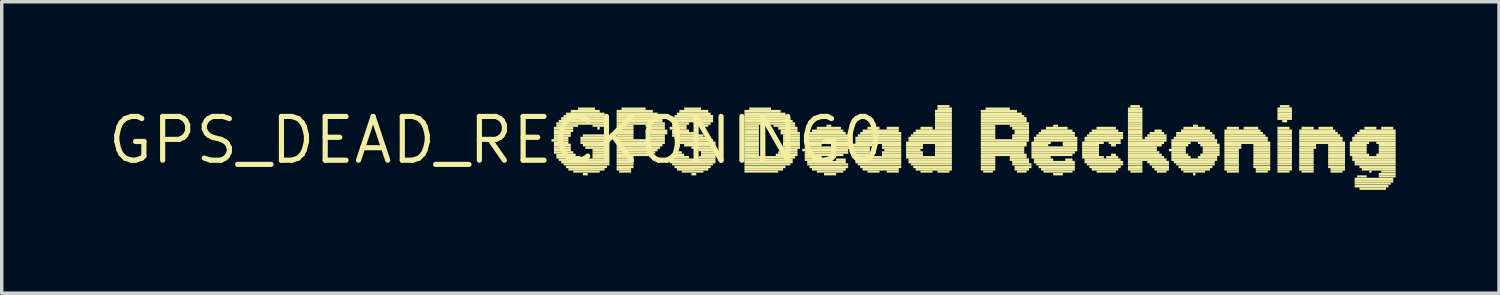
<source format=kicad_pcb>
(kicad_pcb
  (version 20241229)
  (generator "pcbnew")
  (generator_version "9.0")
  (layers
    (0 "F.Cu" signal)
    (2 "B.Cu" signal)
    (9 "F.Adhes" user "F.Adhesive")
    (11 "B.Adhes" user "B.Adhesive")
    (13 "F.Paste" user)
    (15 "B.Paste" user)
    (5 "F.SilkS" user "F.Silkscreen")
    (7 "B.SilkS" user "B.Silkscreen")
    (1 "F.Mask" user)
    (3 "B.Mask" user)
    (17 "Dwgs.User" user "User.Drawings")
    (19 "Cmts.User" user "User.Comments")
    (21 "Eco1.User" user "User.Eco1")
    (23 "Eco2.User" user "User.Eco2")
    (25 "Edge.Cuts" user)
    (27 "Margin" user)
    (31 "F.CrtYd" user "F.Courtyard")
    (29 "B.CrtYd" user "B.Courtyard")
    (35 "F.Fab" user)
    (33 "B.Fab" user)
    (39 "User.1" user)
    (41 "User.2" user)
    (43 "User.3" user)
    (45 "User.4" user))
  (footprint "GPS_DEAD_RECKONING0"
    (layer "F.Cu")
    (at 11.347 1.02)
    (property "Reference" "GPS_DEAD_RECKONING0" (at 0 0 0) (layer "F.SilkS") (effects (font (size 1.27 1.27) (thickness 0.15))))
    (fp_poly (pts (xy 1.61 0.04) (xy 2.1 0.04) (xy 2.1 -0.03) (xy 1.61 -0.03)) (stroke (width 0) (type solid)) (fill yes) (layer "F.SilkS"))
    (fp_poly (pts (xy 1.68 -0.31) (xy 2.24 -0.31) (xy 2.24 -0.39) (xy 1.68 -0.39)) (stroke (width 0) (type solid)) (fill yes) (layer "F.SilkS"))
    (fp_poly (pts (xy 1.68 -0.24) (xy 2.24 -0.24) (xy 2.24 -0.31) (xy 1.68 -0.31)) (stroke (width 0) (type solid)) (fill yes) (layer "F.SilkS"))
    (fp_poly (pts (xy 1.68 -0.17) (xy 2.17 -0.17) (xy 2.17 -0.24) (xy 1.68 -0.24)) (stroke (width 0) (type solid)) (fill yes) (layer "F.SilkS"))
    (fp_poly (pts (xy 1.68 -0.1) (xy 2.17 -0.1) (xy 2.17 -0.17) (xy 1.68 -0.17)) (stroke (width 0) (type solid)) (fill yes) (layer "F.SilkS"))
    (fp_poly (pts (xy 1.68 -0.03) (xy 2.1 -0.03) (xy 2.1 -0.1) (xy 1.68 -0.1)) (stroke (width 0) (type solid)) (fill yes) (layer "F.SilkS"))
    (fp_poly (pts (xy 1.68 0.11) (xy 2.1 0.11) (xy 2.1 0.04) (xy 1.68 0.04)) (stroke (width 0) (type solid)) (fill yes) (layer "F.SilkS"))
    (fp_poly (pts (xy 1.68 0.18) (xy 2.17 0.18) (xy 2.17 0.1) (xy 1.68 0.1)) (stroke (width 0) (type solid)) (fill yes) (layer "F.SilkS"))
    (fp_poly (pts (xy 1.68 0.25) (xy 2.17 0.25) (xy 2.17 0.18) (xy 1.68 0.18)) (stroke (width 0) (type solid)) (fill yes) (layer "F.SilkS"))
    (fp_poly (pts (xy 1.68 0.32) (xy 2.17 0.32) (xy 2.17 0.25) (xy 1.68 0.25)) (stroke (width 0) (type solid)) (fill yes) (layer "F.SilkS"))
    (fp_poly (pts (xy 1.68 0.39) (xy 2.24 0.39) (xy 2.24 0.32) (xy 1.68 0.32)) (stroke (width 0) (type solid)) (fill yes) (layer "F.SilkS"))
    (fp_poly (pts (xy 1.75 -0.45) (xy 3.22 -0.45) (xy 3.22 -0.52) (xy 1.75 -0.52)) (stroke (width 0) (type solid)) (fill yes) (layer "F.SilkS"))
    (fp_poly (pts (xy 1.75 -0.39) (xy 2.38 -0.39) (xy 2.38 -0.45) (xy 1.75 -0.45)) (stroke (width 0) (type solid)) (fill yes) (layer "F.SilkS"))
    (fp_poly (pts (xy 1.75 0.46) (xy 2.31 0.46) (xy 2.31 0.39) (xy 1.75 0.39)) (stroke (width 0) (type solid)) (fill yes) (layer "F.SilkS"))
    (fp_poly (pts (xy 1.75 0.53) (xy 2.45 0.53) (xy 2.45 0.46) (xy 1.75 0.46)) (stroke (width 0) (type solid)) (fill yes) (layer "F.SilkS"))
    (fp_poly (pts (xy 1.82 -0.52) (xy 3.22 -0.52) (xy 3.22 -0.59) (xy 1.82 -0.59)) (stroke (width 0) (type solid)) (fill yes) (layer "F.SilkS"))
    (fp_poly (pts (xy 1.82 0.6) (xy 3.29 0.6) (xy 3.29 0.53) (xy 1.82 0.53)) (stroke (width 0) (type solid)) (fill yes) (layer "F.SilkS"))
    (fp_poly (pts (xy 1.89 -0.59) (xy 3.22 -0.59) (xy 3.22 -0.67) (xy 1.89 -0.67)) (stroke (width 0) (type solid)) (fill yes) (layer "F.SilkS"))
    (fp_poly (pts (xy 1.89 0.67) (xy 3.29 0.67) (xy 3.29 0.6) (xy 1.89 0.6)) (stroke (width 0) (type solid)) (fill yes) (layer "F.SilkS"))
    (fp_poly (pts (xy 1.96 -0.67) (xy 3.22 -0.67) (xy 3.22 -0.73) (xy 1.96 -0.73)) (stroke (width 0) (type solid)) (fill yes) (layer "F.SilkS"))
    (fp_poly (pts (xy 1.96 0.73) (xy 3.29 0.73) (xy 3.29 0.67) (xy 1.96 0.67)) (stroke (width 0) (type solid)) (fill yes) (layer "F.SilkS"))
    (fp_poly (pts (xy 2.03 -0.73) (xy 3.15 -0.73) (xy 3.15 -0.8) (xy 2.03 -0.8)) (stroke (width 0) (type solid)) (fill yes) (layer "F.SilkS"))
    (fp_poly (pts (xy 2.03 0.81) (xy 3.22 0.81) (xy 3.22 0.74) (xy 2.03 0.74)) (stroke (width 0) (type solid)) (fill yes) (layer "F.SilkS"))
    (fp_poly (pts (xy 2.1 0.88) (xy 3.15 0.88) (xy 3.15 0.81) (xy 2.1 0.81)) (stroke (width 0) (type solid)) (fill yes) (layer "F.SilkS"))
    (fp_poly (pts (xy 2.17 -0.8) (xy 3.01 -0.8) (xy 3.01 -0.88) (xy 2.17 -0.88)) (stroke (width 0) (type solid)) (fill yes) (layer "F.SilkS"))
    (fp_poly (pts (xy 2.24 0.94) (xy 3.01 0.94) (xy 3.01 0.88) (xy 2.24 0.88)) (stroke (width 0) (type solid)) (fill yes) (layer "F.SilkS"))
    (fp_poly (pts (xy 2.38 -0.88) (xy 2.87 -0.88) (xy 2.87 -0.95) (xy 2.38 -0.95)) (stroke (width 0) (type solid)) (fill yes) (layer "F.SilkS"))
    (fp_poly (pts (xy 2.45 -0.03) (xy 3.29 -0.03) (xy 3.29 -0.1) (xy 2.45 -0.1)) (stroke (width 0) (type solid)) (fill yes) (layer "F.SilkS"))
    (fp_poly (pts (xy 2.45 0.04) (xy 3.29 0.04) (xy 3.29 -0.03) (xy 2.45 -0.03)) (stroke (width 0) (type solid)) (fill yes) (layer "F.SilkS"))
    (fp_poly (pts (xy 2.45 0.11) (xy 3.29 0.11) (xy 3.29 0.04) (xy 2.45 0.04)) (stroke (width 0) (type solid)) (fill yes) (layer "F.SilkS"))
    (fp_poly (pts (xy 2.52 -0.1) (xy 3.22 -0.1) (xy 3.22 -0.17) (xy 2.52 -0.17)) (stroke (width 0) (type solid)) (fill yes) (layer "F.SilkS"))
    (fp_poly (pts (xy 2.52 0.18) (xy 3.29 0.18) (xy 3.29 0.1) (xy 2.52 0.1)) (stroke (width 0) (type solid)) (fill yes) (layer "F.SilkS"))
    (fp_poly (pts (xy 2.52 1.02) (xy 2.66 1.02) (xy 2.66 0.95) (xy 2.52 0.95)) (stroke (width 0) (type solid)) (fill yes) (layer "F.SilkS"))
    (fp_poly (pts (xy 2.59 0.25) (xy 3.29 0.25) (xy 3.29 0.18) (xy 2.59 0.18)) (stroke (width 0) (type solid)) (fill yes) (layer "F.SilkS"))
    (fp_poly (pts (xy 2.8 -0.39) (xy 3.15 -0.39) (xy 3.15 -0.45) (xy 2.8 -0.45)) (stroke (width 0) (type solid)) (fill yes) (layer "F.SilkS"))
    (fp_poly (pts (xy 2.8 0.32) (xy 3.29 0.32) (xy 3.29 0.25) (xy 2.8 0.25)) (stroke (width 0) (type solid)) (fill yes) (layer "F.SilkS"))
    (fp_poly (pts (xy 2.8 0.39) (xy 3.29 0.39) (xy 3.29 0.32) (xy 2.8 0.32)) (stroke (width 0) (type solid)) (fill yes) (layer "F.SilkS"))
    (fp_poly (pts (xy 2.8 0.46) (xy 3.29 0.46) (xy 3.29 0.39) (xy 2.8 0.39)) (stroke (width 0) (type solid)) (fill yes) (layer "F.SilkS"))
    (fp_poly (pts (xy 2.8 0.53) (xy 3.29 0.53) (xy 3.29 0.46) (xy 2.8 0.46)) (stroke (width 0) (type solid)) (fill yes) (layer "F.SilkS"))
    (fp_poly (pts (xy 2.94 -0.31) (xy 3.01 -0.31) (xy 3.01 -0.39) (xy 2.94 -0.39)) (stroke (width 0) (type solid)) (fill yes) (layer "F.SilkS"))
    (fp_poly (pts (xy 3.5 -0.8) (xy 4.55 -0.8) (xy 4.55 -0.88) (xy 3.5 -0.88)) (stroke (width 0) (type solid)) (fill yes) (layer "F.SilkS"))
    (fp_poly (pts (xy 3.5 -0.73) (xy 4.69 -0.73) (xy 4.69 -0.8) (xy 3.5 -0.8)) (stroke (width 0) (type solid)) (fill yes) (layer "F.SilkS"))
    (fp_poly (pts (xy 3.5 -0.67) (xy 4.76 -0.67) (xy 4.76 -0.73) (xy 3.5 -0.73)) (stroke (width 0) (type solid)) (fill yes) (layer "F.SilkS"))
    (fp_poly (pts (xy 3.5 -0.59) (xy 4.83 -0.59) (xy 4.83 -0.67) (xy 3.5 -0.67)) (stroke (width 0) (type solid)) (fill yes) (layer "F.SilkS"))
    (fp_poly (pts (xy 3.5 -0.52) (xy 4.83 -0.52) (xy 4.83 -0.59) (xy 3.5 -0.59)) (stroke (width 0) (type solid)) (fill yes) (layer "F.SilkS"))
    (fp_poly (pts (xy 3.5 -0.45) (xy 4.9 -0.45) (xy 4.9 -0.52) (xy 3.5 -0.52)) (stroke (width 0) (type solid)) (fill yes) (layer "F.SilkS"))
    (fp_poly (pts (xy 3.5 -0.39) (xy 3.99 -0.39) (xy 3.99 -0.45) (xy 3.5 -0.45)) (stroke (width 0) (type solid)) (fill yes) (layer "F.SilkS"))
    (fp_poly (pts (xy 3.5 -0.31) (xy 3.99 -0.31) (xy 3.99 -0.39) (xy 3.5 -0.39)) (stroke (width 0) (type solid)) (fill yes) (layer "F.SilkS"))
    (fp_poly (pts (xy 3.5 -0.24) (xy 3.99 -0.24) (xy 3.99 -0.31) (xy 3.5 -0.31)) (stroke (width 0) (type solid)) (fill yes) (layer "F.SilkS"))
    (fp_poly (pts (xy 3.5 -0.17) (xy 3.99 -0.17) (xy 3.99 -0.24) (xy 3.5 -0.24)) (stroke (width 0) (type solid)) (fill yes) (layer "F.SilkS"))
    (fp_poly (pts (xy 3.5 -0.1) (xy 3.99 -0.1) (xy 3.99 -0.17) (xy 3.5 -0.17)) (stroke (width 0) (type solid)) (fill yes) (layer "F.SilkS"))
    (fp_poly (pts (xy 3.5 -0.03) (xy 3.99 -0.03) (xy 3.99 -0.1) (xy 3.5 -0.1)) (stroke (width 0) (type solid)) (fill yes) (layer "F.SilkS"))
    (fp_poly (pts (xy 3.5 0.04) (xy 4.9 0.04) (xy 4.9 -0.03) (xy 3.5 -0.03)) (stroke (width 0) (type solid)) (fill yes) (layer "F.SilkS"))
    (fp_poly (pts (xy 3.5 0.11) (xy 4.9 0.11) (xy 4.9 0.04) (xy 3.5 0.04)) (stroke (width 0) (type solid)) (fill yes) (layer "F.SilkS"))
    (fp_poly (pts (xy 3.5 0.18) (xy 4.83 0.18) (xy 4.83 0.1) (xy 3.5 0.1)) (stroke (width 0) (type solid)) (fill yes) (layer "F.SilkS"))
    (fp_poly (pts (xy 3.5 0.25) (xy 4.76 0.25) (xy 4.76 0.18) (xy 3.5 0.18)) (stroke (width 0) (type solid)) (fill yes) (layer "F.SilkS"))
    (fp_poly (pts (xy 3.5 0.32) (xy 4.69 0.32) (xy 4.69 0.25) (xy 3.5 0.25)) (stroke (width 0) (type solid)) (fill yes) (layer "F.SilkS"))
    (fp_poly (pts (xy 3.5 0.39) (xy 4.62 0.39) (xy 4.62 0.32) (xy 3.5 0.32)) (stroke (width 0) (type solid)) (fill yes) (layer "F.SilkS"))
    (fp_poly (pts (xy 3.5 0.46) (xy 4.41 0.46) (xy 4.41 0.39) (xy 3.5 0.39)) (stroke (width 0) (type solid)) (fill yes) (layer "F.SilkS"))
    (fp_poly (pts (xy 3.5 0.53) (xy 3.99 0.53) (xy 3.99 0.46) (xy 3.5 0.46)) (stroke (width 0) (type solid)) (fill yes) (layer "F.SilkS"))
    (fp_poly (pts (xy 3.5 0.6) (xy 3.99 0.6) (xy 3.99 0.53) (xy 3.5 0.53)) (stroke (width 0) (type solid)) (fill yes) (layer "F.SilkS"))
    (fp_poly (pts (xy 3.5 0.67) (xy 3.99 0.67) (xy 3.99 0.6) (xy 3.5 0.6)) (stroke (width 0) (type solid)) (fill yes) (layer "F.SilkS"))
    (fp_poly (pts (xy 3.5 0.73) (xy 3.99 0.73) (xy 3.99 0.67) (xy 3.5 0.67)) (stroke (width 0) (type solid)) (fill yes) (layer "F.SilkS"))
    (fp_poly (pts (xy 3.5 0.81) (xy 3.99 0.81) (xy 3.99 0.74) (xy 3.5 0.74)) (stroke (width 0) (type solid)) (fill yes) (layer "F.SilkS"))
    (fp_poly (pts (xy 3.5 0.88) (xy 3.92 0.88) (xy 3.92 0.81) (xy 3.5 0.81)) (stroke (width 0) (type solid)) (fill yes) (layer "F.SilkS"))
    (fp_poly (pts (xy 3.57 0.94) (xy 3.92 0.94) (xy 3.92 0.88) (xy 3.57 0.88)) (stroke (width 0) (type solid)) (fill yes) (layer "F.SilkS"))
    (fp_poly (pts (xy 3.64 -0.88) (xy 4.34 -0.88) (xy 4.34 -0.95) (xy 3.64 -0.95)) (stroke (width 0) (type solid)) (fill yes) (layer "F.SilkS"))
    (fp_poly (pts (xy 4.34 -0.39) (xy 4.9 -0.39) (xy 4.9 -0.45) (xy 4.34 -0.45)) (stroke (width 0) (type solid)) (fill yes) (layer "F.SilkS"))
    (fp_poly (pts (xy 4.41 -0.31) (xy 4.9 -0.31) (xy 4.9 -0.39) (xy 4.41 -0.39)) (stroke (width 0) (type solid)) (fill yes) (layer "F.SilkS"))
    (fp_poly (pts (xy 4.41 -0.03) (xy 4.9 -0.03) (xy 4.9 -0.1) (xy 4.41 -0.1)) (stroke (width 0) (type solid)) (fill yes) (layer "F.SilkS"))
    (fp_poly (pts (xy 4.48 -0.24) (xy 4.97 -0.24) (xy 4.97 -0.31) (xy 4.48 -0.31)) (stroke (width 0) (type solid)) (fill yes) (layer "F.SilkS"))
    (fp_poly (pts (xy 4.48 -0.17) (xy 4.97 -0.17) (xy 4.97 -0.24) (xy 4.48 -0.24)) (stroke (width 0) (type solid)) (fill yes) (layer "F.SilkS"))
    (fp_poly (pts (xy 4.48 -0.1) (xy 4.9 -0.1) (xy 4.9 -0.17) (xy 4.48 -0.17)) (stroke (width 0) (type solid)) (fill yes) (layer "F.SilkS"))
    (fp_poly (pts (xy 5.04 -0.31) (xy 5.53 -0.31) (xy 5.53 -0.39) (xy 5.04 -0.39)) (stroke (width 0) (type solid)) (fill yes) (layer "F.SilkS"))
    (fp_poly (pts (xy 5.04 0.53) (xy 5.6 0.53) (xy 5.6 0.46) (xy 5.04 0.46)) (stroke (width 0) (type solid)) (fill yes) (layer "F.SilkS"))
    (fp_poly (pts (xy 5.04 0.6) (xy 6.37 0.6) (xy 6.37 0.53) (xy 5.04 0.53)) (stroke (width 0) (type solid)) (fill yes) (layer "F.SilkS"))
    (fp_poly (pts (xy 5.04 0.67) (xy 6.37 0.67) (xy 6.37 0.6) (xy 5.04 0.6)) (stroke (width 0) (type solid)) (fill yes) (layer "F.SilkS"))
    (fp_poly (pts (xy 5.11 -0.59) (xy 6.3 -0.59) (xy 6.3 -0.67) (xy 5.11 -0.67)) (stroke (width 0) (type solid)) (fill yes) (layer "F.SilkS"))
    (fp_poly (pts (xy 5.11 -0.52) (xy 6.3 -0.52) (xy 6.3 -0.59) (xy 5.11 -0.59)) (stroke (width 0) (type solid)) (fill yes) (layer "F.SilkS"))
    (fp_poly (pts (xy 5.11 -0.45) (xy 5.6 -0.45) (xy 5.6 -0.52) (xy 5.11 -0.52)) (stroke (width 0) (type solid)) (fill yes) (layer "F.SilkS"))
    (fp_poly (pts (xy 5.11 -0.39) (xy 5.53 -0.39) (xy 5.53 -0.45) (xy 5.11 -0.45)) (stroke (width 0) (type solid)) (fill yes) (layer "F.SilkS"))
    (fp_poly (pts (xy 5.11 -0.24) (xy 5.6 -0.24) (xy 5.6 -0.31) (xy 5.11 -0.31)) (stroke (width 0) (type solid)) (fill yes) (layer "F.SilkS"))
    (fp_poly (pts (xy 5.11 -0.17) (xy 5.74 -0.17) (xy 5.74 -0.24) (xy 5.11 -0.24)) (stroke (width 0) (type solid)) (fill yes) (layer "F.SilkS"))
    (fp_poly (pts (xy 5.11 -0.1) (xy 6.02 -0.1) (xy 6.02 -0.17) (xy 5.11 -0.17)) (stroke (width 0) (type solid)) (fill yes) (layer "F.SilkS"))
    (fp_poly (pts (xy 5.11 0.46) (xy 5.46 0.46) (xy 5.46 0.39) (xy 5.11 0.39)) (stroke (width 0) (type solid)) (fill yes) (layer "F.SilkS"))
    (fp_poly (pts (xy 5.11 0.73) (xy 6.3 0.73) (xy 6.3 0.67) (xy 5.11 0.67)) (stroke (width 0) (type solid)) (fill yes) (layer "F.SilkS"))
    (fp_poly (pts (xy 5.18 -0.67) (xy 6.3 -0.67) (xy 6.3 -0.73) (xy 5.18 -0.73)) (stroke (width 0) (type solid)) (fill yes) (layer "F.SilkS"))
    (fp_poly (pts (xy 5.18 -0.03) (xy 6.23 -0.03) (xy 6.23 -0.1) (xy 5.18 -0.1)) (stroke (width 0) (type solid)) (fill yes) (layer "F.SilkS"))
    (fp_poly (pts (xy 5.18 0.39) (xy 5.39 0.39) (xy 5.39 0.32) (xy 5.18 0.32)) (stroke (width 0) (type solid)) (fill yes) (layer "F.SilkS"))
    (fp_poly (pts (xy 5.18 0.81) (xy 6.23 0.81) (xy 6.23 0.74) (xy 5.18 0.74)) (stroke (width 0) (type solid)) (fill yes) (layer "F.SilkS"))
    (fp_poly (pts (xy 5.25 -0.73) (xy 6.23 -0.73) (xy 6.23 -0.8) (xy 5.25 -0.8)) (stroke (width 0) (type solid)) (fill yes) (layer "F.SilkS"))
    (fp_poly (pts (xy 5.25 0.04) (xy 6.3 0.04) (xy 6.3 -0.03) (xy 5.25 -0.03)) (stroke (width 0) (type solid)) (fill yes) (layer "F.SilkS"))
    (fp_poly (pts (xy 5.25 0.88) (xy 6.16 0.88) (xy 6.16 0.81) (xy 5.25 0.81)) (stroke (width 0) (type solid)) (fill yes) (layer "F.SilkS"))
    (fp_poly (pts (xy 5.32 -0.8) (xy 6.16 -0.8) (xy 6.16 -0.88) (xy 5.32 -0.88)) (stroke (width 0) (type solid)) (fill yes) (layer "F.SilkS"))
    (fp_poly (pts (xy 5.32 0.11) (xy 6.37 0.11) (xy 6.37 0.04) (xy 5.32 0.04)) (stroke (width 0) (type solid)) (fill yes) (layer "F.SilkS"))
    (fp_poly (pts (xy 5.39 0.94) (xy 6.02 0.94) (xy 6.02 0.88) (xy 5.39 0.88)) (stroke (width 0) (type solid)) (fill yes) (layer "F.SilkS"))
    (fp_poly (pts (xy 5.46 -0.88) (xy 5.95 -0.88) (xy 5.95 -0.95) (xy 5.46 -0.95)) (stroke (width 0) (type solid)) (fill yes) (layer "F.SilkS"))
    (fp_poly (pts (xy 5.46 0.18) (xy 6.37 0.18) (xy 6.37 0.1) (xy 5.46 0.1)) (stroke (width 0) (type solid)) (fill yes) (layer "F.SilkS"))
    (fp_poly (pts (xy 5.67 0.25) (xy 6.37 0.25) (xy 6.37 0.18) (xy 5.67 0.18)) (stroke (width 0) (type solid)) (fill yes) (layer "F.SilkS"))
    (fp_poly (pts (xy 5.67 1.02) (xy 5.81 1.02) (xy 5.81 0.95) (xy 5.67 0.95)) (stroke (width 0) (type solid)) (fill yes) (layer "F.SilkS"))
    (fp_poly (pts (xy 5.81 -0.45) (xy 6.23 -0.45) (xy 6.23 -0.52) (xy 5.81 -0.52)) (stroke (width 0) (type solid)) (fill yes) (layer "F.SilkS"))
    (fp_poly (pts (xy 5.88 0.32) (xy 6.44 0.32) (xy 6.44 0.25) (xy 5.88 0.25)) (stroke (width 0) (type solid)) (fill yes) (layer "F.SilkS"))
    (fp_poly (pts (xy 5.88 0.53) (xy 6.37 0.53) (xy 6.37 0.46) (xy 5.88 0.46)) (stroke (width 0) (type solid)) (fill yes) (layer "F.SilkS"))
    (fp_poly (pts (xy 5.95 -0.39) (xy 6.16 -0.39) (xy 6.16 -0.45) (xy 5.95 -0.45)) (stroke (width 0) (type solid)) (fill yes) (layer "F.SilkS"))
    (fp_poly (pts (xy 5.95 0.39) (xy 6.44 0.39) (xy 6.44 0.32) (xy 5.95 0.32)) (stroke (width 0) (type solid)) (fill yes) (layer "F.SilkS"))
    (fp_poly (pts (xy 5.95 0.46) (xy 6.44 0.46) (xy 6.44 0.39) (xy 5.95 0.39)) (stroke (width 0) (type solid)) (fill yes) (layer "F.SilkS"))
    (fp_poly (pts (xy 7.21 -0.8) (xy 8.26 -0.8) (xy 8.26 -0.88) (xy 7.21 -0.88)) (stroke (width 0) (type solid)) (fill yes) (layer "F.SilkS"))
    (fp_poly (pts (xy 7.21 -0.73) (xy 8.4 -0.73) (xy 8.4 -0.8) (xy 7.21 -0.8)) (stroke (width 0) (type solid)) (fill yes) (layer "F.SilkS"))
    (fp_poly (pts (xy 7.21 -0.67) (xy 8.47 -0.67) (xy 8.47 -0.73) (xy 7.21 -0.73)) (stroke (width 0) (type solid)) (fill yes) (layer "F.SilkS"))
    (fp_poly (pts (xy 7.21 -0.59) (xy 8.54 -0.59) (xy 8.54 -0.67) (xy 7.21 -0.67)) (stroke (width 0) (type solid)) (fill yes) (layer "F.SilkS"))
    (fp_poly (pts (xy 7.21 -0.52) (xy 8.61 -0.52) (xy 8.61 -0.59) (xy 7.21 -0.59)) (stroke (width 0) (type solid)) (fill yes) (layer "F.SilkS"))
    (fp_poly (pts (xy 7.21 -0.45) (xy 8.68 -0.45) (xy 8.68 -0.52) (xy 7.21 -0.52)) (stroke (width 0) (type solid)) (fill yes) (layer "F.SilkS"))
    (fp_poly (pts (xy 7.21 -0.39) (xy 7.63 -0.39) (xy 7.63 -0.45) (xy 7.21 -0.45)) (stroke (width 0) (type solid)) (fill yes) (layer "F.SilkS"))
    (fp_poly (pts (xy 7.21 -0.31) (xy 7.63 -0.31) (xy 7.63 -0.39) (xy 7.21 -0.39)) (stroke (width 0) (type solid)) (fill yes) (layer "F.SilkS"))
    (fp_poly (pts (xy 7.21 -0.24) (xy 7.63 -0.24) (xy 7.63 -0.31) (xy 7.21 -0.31)) (stroke (width 0) (type solid)) (fill yes) (layer "F.SilkS"))
    (fp_poly (pts (xy 7.21 -0.17) (xy 7.63 -0.17) (xy 7.63 -0.24) (xy 7.21 -0.24)) (stroke (width 0) (type solid)) (fill yes) (layer "F.SilkS"))
    (fp_poly (pts (xy 7.21 -0.1) (xy 7.63 -0.1) (xy 7.63 -0.17) (xy 7.21 -0.17)) (stroke (width 0) (type solid)) (fill yes) (layer "F.SilkS"))
    (fp_poly (pts (xy 7.21 -0.03) (xy 7.63 -0.03) (xy 7.63 -0.1) (xy 7.21 -0.1)) (stroke (width 0) (type solid)) (fill yes) (layer "F.SilkS"))
    (fp_poly (pts (xy 7.21 0.04) (xy 7.63 0.04) (xy 7.63 -0.03) (xy 7.21 -0.03)) (stroke (width 0) (type solid)) (fill yes) (layer "F.SilkS"))
    (fp_poly (pts (xy 7.21 0.11) (xy 7.63 0.11) (xy 7.63 0.04) (xy 7.21 0.04)) (stroke (width 0) (type solid)) (fill yes) (layer "F.SilkS"))
    (fp_poly (pts (xy 7.21 0.18) (xy 7.63 0.18) (xy 7.63 0.1) (xy 7.21 0.1)) (stroke (width 0) (type solid)) (fill yes) (layer "F.SilkS"))
    (fp_poly (pts (xy 7.21 0.25) (xy 7.63 0.25) (xy 7.63 0.18) (xy 7.21 0.18)) (stroke (width 0) (type solid)) (fill yes) (layer "F.SilkS"))
    (fp_poly (pts (xy 7.21 0.32) (xy 7.63 0.32) (xy 7.63 0.25) (xy 7.21 0.25)) (stroke (width 0) (type solid)) (fill yes) (layer "F.SilkS"))
    (fp_poly (pts (xy 7.21 0.39) (xy 7.63 0.39) (xy 7.63 0.32) (xy 7.21 0.32)) (stroke (width 0) (type solid)) (fill yes) (layer "F.SilkS"))
    (fp_poly (pts (xy 7.21 0.46) (xy 7.63 0.46) (xy 7.63 0.39) (xy 7.21 0.39)) (stroke (width 0) (type solid)) (fill yes) (layer "F.SilkS"))
    (fp_poly (pts (xy 7.21 0.53) (xy 8.68 0.53) (xy 8.68 0.46) (xy 7.21 0.46)) (stroke (width 0) (type solid)) (fill yes) (layer "F.SilkS"))
    (fp_poly (pts (xy 7.21 0.6) (xy 8.61 0.6) (xy 8.61 0.53) (xy 7.21 0.53)) (stroke (width 0) (type solid)) (fill yes) (layer "F.SilkS"))
    (fp_poly (pts (xy 7.21 0.67) (xy 8.61 0.67) (xy 8.61 0.6) (xy 7.21 0.6)) (stroke (width 0) (type solid)) (fill yes) (layer "F.SilkS"))
    (fp_poly (pts (xy 7.21 0.73) (xy 8.54 0.73) (xy 8.54 0.67) (xy 7.21 0.67)) (stroke (width 0) (type solid)) (fill yes) (layer "F.SilkS"))
    (fp_poly (pts (xy 7.21 0.81) (xy 8.4 0.81) (xy 8.4 0.74) (xy 7.21 0.74)) (stroke (width 0) (type solid)) (fill yes) (layer "F.SilkS"))
    (fp_poly (pts (xy 7.21 0.88) (xy 8.33 0.88) (xy 8.33 0.81) (xy 7.21 0.81)) (stroke (width 0) (type solid)) (fill yes) (layer "F.SilkS"))
    (fp_poly (pts (xy 7.21 0.94) (xy 8.19 0.94) (xy 8.19 0.88) (xy 7.21 0.88)) (stroke (width 0) (type solid)) (fill yes) (layer "F.SilkS"))
    (fp_poly (pts (xy 7.35 -0.88) (xy 7.98 -0.88) (xy 7.98 -0.95) (xy 7.35 -0.95)) (stroke (width 0) (type solid)) (fill yes) (layer "F.SilkS"))
    (fp_poly (pts (xy 8.05 -0.39) (xy 8.68 -0.39) (xy 8.68 -0.45) (xy 8.05 -0.45)) (stroke (width 0) (type solid)) (fill yes) (layer "F.SilkS"))
    (fp_poly (pts (xy 8.12 0.46) (xy 8.75 0.46) (xy 8.75 0.39) (xy 8.12 0.39)) (stroke (width 0) (type solid)) (fill yes) (layer "F.SilkS"))
    (fp_poly (pts (xy 8.19 -0.31) (xy 8.75 -0.31) (xy 8.75 -0.39) (xy 8.19 -0.39)) (stroke (width 0) (type solid)) (fill yes) (layer "F.SilkS"))
    (fp_poly (pts (xy 8.19 0.39) (xy 8.75 0.39) (xy 8.75 0.32) (xy 8.19 0.32)) (stroke (width 0) (type solid)) (fill yes) (layer "F.SilkS"))
    (fp_poly (pts (xy 8.26 -0.24) (xy 8.75 -0.24) (xy 8.75 -0.31) (xy 8.26 -0.31)) (stroke (width 0) (type solid)) (fill yes) (layer "F.SilkS"))
    (fp_poly (pts (xy 8.26 -0.17) (xy 8.82 -0.17) (xy 8.82 -0.24) (xy 8.26 -0.24)) (stroke (width 0) (type solid)) (fill yes) (layer "F.SilkS"))
    (fp_poly (pts (xy 8.26 0.32) (xy 8.75 0.32) (xy 8.75 0.25) (xy 8.26 0.25)) (stroke (width 0) (type solid)) (fill yes) (layer "F.SilkS"))
    (fp_poly (pts (xy 8.33 -0.1) (xy 8.82 -0.1) (xy 8.82 -0.17) (xy 8.33 -0.17)) (stroke (width 0) (type solid)) (fill yes) (layer "F.SilkS"))
    (fp_poly (pts (xy 8.33 -0.03) (xy 8.82 -0.03) (xy 8.82 -0.1) (xy 8.33 -0.1)) (stroke (width 0) (type solid)) (fill yes) (layer "F.SilkS"))
    (fp_poly (pts (xy 8.33 0.04) (xy 8.82 0.04) (xy 8.82 -0.03) (xy 8.33 -0.03)) (stroke (width 0) (type solid)) (fill yes) (layer "F.SilkS"))
    (fp_poly (pts (xy 8.33 0.11) (xy 8.82 0.11) (xy 8.82 0.04) (xy 8.33 0.04)) (stroke (width 0) (type solid)) (fill yes) (layer "F.SilkS"))
    (fp_poly (pts (xy 8.33 0.18) (xy 8.82 0.18) (xy 8.82 0.1) (xy 8.33 0.1)) (stroke (width 0) (type solid)) (fill yes) (layer "F.SilkS"))
    (fp_poly (pts (xy 8.33 0.25) (xy 8.82 0.25) (xy 8.82 0.18) (xy 8.33 0.18)) (stroke (width 0) (type solid)) (fill yes) (layer "F.SilkS"))
    (fp_poly (pts (xy 8.89 0.32) (xy 10.22 0.32) (xy 10.22 0.25) (xy 8.89 0.25)) (stroke (width 0) (type solid)) (fill yes) (layer "F.SilkS"))
    (fp_poly (pts (xy 8.96 0.04) (xy 10.29 0.04) (xy 10.29 -0.03) (xy 8.96 -0.03)) (stroke (width 0) (type solid)) (fill yes) (layer "F.SilkS"))
    (fp_poly (pts (xy 8.96 0.11) (xy 9.52 0.11) (xy 9.52 0.04) (xy 8.96 0.04)) (stroke (width 0) (type solid)) (fill yes) (layer "F.SilkS"))
    (fp_poly (pts (xy 8.96 0.18) (xy 9.45 0.18) (xy 9.45 0.1) (xy 8.96 0.1)) (stroke (width 0) (type solid)) (fill yes) (layer "F.SilkS"))
    (fp_poly (pts (xy 8.96 0.25) (xy 10.29 0.25) (xy 10.29 0.18) (xy 8.96 0.18)) (stroke (width 0) (type solid)) (fill yes) (layer "F.SilkS"))
    (fp_poly (pts (xy 8.96 0.39) (xy 10.22 0.39) (xy 10.22 0.32) (xy 8.96 0.32)) (stroke (width 0) (type solid)) (fill yes) (layer "F.SilkS"))
    (fp_poly (pts (xy 8.96 0.46) (xy 10.08 0.46) (xy 10.08 0.39) (xy 8.96 0.39)) (stroke (width 0) (type solid)) (fill yes) (layer "F.SilkS"))
    (fp_poly (pts (xy 8.96 0.53) (xy 9.45 0.53) (xy 9.45 0.46) (xy 8.96 0.46)) (stroke (width 0) (type solid)) (fill yes) (layer "F.SilkS"))
    (fp_poly (pts (xy 8.96 0.6) (xy 9.59 0.6) (xy 9.59 0.53) (xy 8.96 0.53)) (stroke (width 0) (type solid)) (fill yes) (layer "F.SilkS"))
    (fp_poly (pts (xy 9.03 -0.1) (xy 10.22 -0.1) (xy 10.22 -0.17) (xy 9.03 -0.17)) (stroke (width 0) (type solid)) (fill yes) (layer "F.SilkS"))
    (fp_poly (pts (xy 9.03 -0.03) (xy 10.22 -0.03) (xy 10.22 -0.1) (xy 9.03 -0.1)) (stroke (width 0) (type solid)) (fill yes) (layer "F.SilkS"))
    (fp_poly (pts (xy 9.03 0.67) (xy 10.15 0.67) (xy 10.15 0.6) (xy 9.03 0.6)) (stroke (width 0) (type solid)) (fill yes) (layer "F.SilkS"))
    (fp_poly (pts (xy 9.03 0.73) (xy 10.22 0.73) (xy 10.22 0.67) (xy 9.03 0.67)) (stroke (width 0) (type solid)) (fill yes) (layer "F.SilkS"))
    (fp_poly (pts (xy 9.1 -0.17) (xy 10.15 -0.17) (xy 10.15 -0.24) (xy 9.1 -0.24)) (stroke (width 0) (type solid)) (fill yes) (layer "F.SilkS"))
    (fp_poly (pts (xy 9.1 0.81) (xy 10.22 0.81) (xy 10.22 0.74) (xy 9.1 0.74)) (stroke (width 0) (type solid)) (fill yes) (layer "F.SilkS"))
    (fp_poly (pts (xy 9.17 -0.24) (xy 10.08 -0.24) (xy 10.08 -0.31) (xy 9.17 -0.31)) (stroke (width 0) (type solid)) (fill yes) (layer "F.SilkS"))
    (fp_poly (pts (xy 9.17 0.88) (xy 10.15 0.88) (xy 10.15 0.81) (xy 9.17 0.81)) (stroke (width 0) (type solid)) (fill yes) (layer "F.SilkS"))
    (fp_poly (pts (xy 9.31 -0.31) (xy 10.01 -0.31) (xy 10.01 -0.39) (xy 9.31 -0.39)) (stroke (width 0) (type solid)) (fill yes) (layer "F.SilkS"))
    (fp_poly (pts (xy 9.31 0.94) (xy 10.08 0.94) (xy 10.08 0.88) (xy 9.31 0.88)) (stroke (width 0) (type solid)) (fill yes) (layer "F.SilkS"))
    (fp_poly (pts (xy 9.52 1.02) (xy 9.87 1.02) (xy 9.87 0.95) (xy 9.52 0.95)) (stroke (width 0) (type solid)) (fill yes) (layer "F.SilkS"))
    (fp_poly (pts (xy 9.59 -0.39) (xy 9.73 -0.39) (xy 9.73 -0.45) (xy 9.59 -0.45)) (stroke (width 0) (type solid)) (fill yes) (layer "F.SilkS"))
    (fp_poly (pts (xy 9.8 0.11) (xy 10.29 0.11) (xy 10.29 0.04) (xy 9.8 0.04)) (stroke (width 0) (type solid)) (fill yes) (layer "F.SilkS"))
    (fp_poly (pts (xy 9.8 0.18) (xy 10.29 0.18) (xy 10.29 0.1) (xy 9.8 0.1)) (stroke (width 0) (type solid)) (fill yes) (layer "F.SilkS"))
    (fp_poly (pts (xy 9.87 0.6) (xy 10.15 0.6) (xy 10.15 0.53) (xy 9.87 0.53)) (stroke (width 0) (type solid)) (fill yes) (layer "F.SilkS"))
    (fp_poly (pts (xy 10.36 0.18) (xy 10.92 0.18) (xy 10.92 0.1) (xy 10.36 0.1)) (stroke (width 0) (type solid)) (fill yes) (layer "F.SilkS"))
    (fp_poly (pts (xy 10.36 0.25) (xy 10.85 0.25) (xy 10.85 0.18) (xy 10.36 0.18)) (stroke (width 0) (type solid)) (fill yes) (layer "F.SilkS"))
    (fp_poly (pts (xy 10.36 0.32) (xy 10.85 0.32) (xy 10.85 0.25) (xy 10.36 0.25)) (stroke (width 0) (type solid)) (fill yes) (layer "F.SilkS"))
    (fp_poly (pts (xy 10.36 0.39) (xy 10.85 0.39) (xy 10.85 0.32) (xy 10.36 0.32)) (stroke (width 0) (type solid)) (fill yes) (layer "F.SilkS"))
    (fp_poly (pts (xy 10.36 0.46) (xy 10.92 0.46) (xy 10.92 0.39) (xy 10.36 0.39)) (stroke (width 0) (type solid)) (fill yes) (layer "F.SilkS"))
    (fp_poly (pts (xy 10.43 -0.03) (xy 11.76 -0.03) (xy 11.76 -0.1) (xy 10.43 -0.1)) (stroke (width 0) (type solid)) (fill yes) (layer "F.SilkS"))
    (fp_poly (pts (xy 10.43 0.04) (xy 11.76 0.04) (xy 11.76 -0.03) (xy 10.43 -0.03)) (stroke (width 0) (type solid)) (fill yes) (layer "F.SilkS"))
    (fp_poly (pts (xy 10.43 0.11) (xy 11.76 0.11) (xy 11.76 0.04) (xy 10.43 0.04)) (stroke (width 0) (type solid)) (fill yes) (layer "F.SilkS"))
    (fp_poly (pts (xy 10.43 0.53) (xy 11.76 0.53) (xy 11.76 0.46) (xy 10.43 0.46)) (stroke (width 0) (type solid)) (fill yes) (layer "F.SilkS"))
    (fp_poly (pts (xy 10.43 0.6) (xy 11.76 0.6) (xy 11.76 0.53) (xy 10.43 0.53)) (stroke (width 0) (type solid)) (fill yes) (layer "F.SilkS"))
    (fp_poly (pts (xy 10.43 0.67) (xy 11.76 0.67) (xy 11.76 0.6) (xy 10.43 0.6)) (stroke (width 0) (type solid)) (fill yes) (layer "F.SilkS"))
    (fp_poly (pts (xy 10.5 -0.1) (xy 11.76 -0.1) (xy 11.76 -0.17) (xy 10.5 -0.17)) (stroke (width 0) (type solid)) (fill yes) (layer "F.SilkS"))
    (fp_poly (pts (xy 10.5 0.73) (xy 11.76 0.73) (xy 11.76 0.67) (xy 10.5 0.67)) (stroke (width 0) (type solid)) (fill yes) (layer "F.SilkS"))
    (fp_poly (pts (xy 10.57 -0.17) (xy 11.76 -0.17) (xy 11.76 -0.24) (xy 10.57 -0.24)) (stroke (width 0) (type solid)) (fill yes) (layer "F.SilkS"))
    (fp_poly (pts (xy 10.57 0.81) (xy 11.76 0.81) (xy 11.76 0.74) (xy 10.57 0.74)) (stroke (width 0) (type solid)) (fill yes) (layer "F.SilkS"))
    (fp_poly (pts (xy 10.64 -0.24) (xy 11.69 -0.24) (xy 11.69 -0.31) (xy 10.64 -0.31)) (stroke (width 0) (type solid)) (fill yes) (layer "F.SilkS"))
    (fp_poly (pts (xy 10.64 0.88) (xy 11.69 0.88) (xy 11.69 0.81) (xy 10.64 0.81)) (stroke (width 0) (type solid)) (fill yes) (layer "F.SilkS"))
    (fp_poly (pts (xy 10.78 -0.31) (xy 11.13 -0.31) (xy 11.13 -0.39) (xy 10.78 -0.39)) (stroke (width 0) (type solid)) (fill yes) (layer "F.SilkS"))
    (fp_poly (pts (xy 10.78 0.94) (xy 11.13 0.94) (xy 11.13 0.88) (xy 10.78 0.88)) (stroke (width 0) (type solid)) (fill yes) (layer "F.SilkS"))
    (fp_poly (pts (xy 11.2 0.18) (xy 11.76 0.18) (xy 11.76 0.1) (xy 11.2 0.1)) (stroke (width 0) (type solid)) (fill yes) (layer "F.SilkS"))
    (fp_poly (pts (xy 11.2 0.25) (xy 11.76 0.25) (xy 11.76 0.18) (xy 11.2 0.18)) (stroke (width 0) (type solid)) (fill yes) (layer "F.SilkS"))
    (fp_poly (pts (xy 11.2 0.39) (xy 11.76 0.39) (xy 11.76 0.32) (xy 11.2 0.32)) (stroke (width 0) (type solid)) (fill yes) (layer "F.SilkS"))
    (fp_poly (pts (xy 11.2 0.46) (xy 11.76 0.46) (xy 11.76 0.39) (xy 11.2 0.39)) (stroke (width 0) (type solid)) (fill yes) (layer "F.SilkS"))
    (fp_poly (pts (xy 11.27 0.32) (xy 11.76 0.32) (xy 11.76 0.25) (xy 11.27 0.25)) (stroke (width 0) (type solid)) (fill yes) (layer "F.SilkS"))
    (fp_poly (pts (xy 11.34 -0.31) (xy 11.69 -0.31) (xy 11.69 -0.39) (xy 11.34 -0.39)) (stroke (width 0) (type solid)) (fill yes) (layer "F.SilkS"))
    (fp_poly (pts (xy 11.34 0.94) (xy 11.69 0.94) (xy 11.69 0.88) (xy 11.34 0.88)) (stroke (width 0) (type solid)) (fill yes) (layer "F.SilkS"))
    (fp_poly (pts (xy 11.9 0.11) (xy 13.23 0.11) (xy 13.23 0.04) (xy 11.9 0.04)) (stroke (width 0) (type solid)) (fill yes) (layer "F.SilkS"))
    (fp_poly (pts (xy 11.9 0.18) (xy 12.39 0.18) (xy 12.39 0.1) (xy 11.9 0.1)) (stroke (width 0) (type solid)) (fill yes) (layer "F.SilkS"))
    (fp_poly (pts (xy 11.9 0.25) (xy 12.39 0.25) (xy 12.39 0.18) (xy 11.9 0.18)) (stroke (width 0) (type solid)) (fill yes) (layer "F.SilkS"))
    (fp_poly (pts (xy 11.9 0.32) (xy 12.32 0.32) (xy 12.32 0.25) (xy 11.9 0.25)) (stroke (width 0) (type solid)) (fill yes) (layer "F.SilkS"))
    (fp_poly (pts (xy 11.9 0.39) (xy 12.39 0.39) (xy 12.39 0.32) (xy 11.9 0.32)) (stroke (width 0) (type solid)) (fill yes) (layer "F.SilkS"))
    (fp_poly (pts (xy 11.9 0.46) (xy 12.39 0.46) (xy 12.39 0.39) (xy 11.9 0.39)) (stroke (width 0) (type solid)) (fill yes) (layer "F.SilkS"))
    (fp_poly (pts (xy 11.9 0.53) (xy 13.23 0.53) (xy 13.23 0.46) (xy 11.9 0.46)) (stroke (width 0) (type solid)) (fill yes) (layer "F.SilkS"))
    (fp_poly (pts (xy 11.97 -0.03) (xy 13.23 -0.03) (xy 13.23 -0.1) (xy 11.97 -0.1)) (stroke (width 0) (type solid)) (fill yes) (layer "F.SilkS"))
    (fp_poly (pts (xy 11.97 0.04) (xy 13.23 0.04) (xy 13.23 -0.03) (xy 11.97 -0.03)) (stroke (width 0) (type solid)) (fill yes) (layer "F.SilkS"))
    (fp_poly (pts (xy 11.97 0.6) (xy 13.23 0.6) (xy 13.23 0.53) (xy 11.97 0.53)) (stroke (width 0) (type solid)) (fill yes) (layer "F.SilkS"))
    (fp_poly (pts (xy 11.97 0.67) (xy 13.23 0.67) (xy 13.23 0.6) (xy 11.97 0.6)) (stroke (width 0) (type solid)) (fill yes) (layer "F.SilkS"))
    (fp_poly (pts (xy 12.04 -0.1) (xy 13.23 -0.1) (xy 13.23 -0.17) (xy 12.04 -0.17)) (stroke (width 0) (type solid)) (fill yes) (layer "F.SilkS"))
    (fp_poly (pts (xy 12.04 0.73) (xy 13.23 0.73) (xy 13.23 0.67) (xy 12.04 0.67)) (stroke (width 0) (type solid)) (fill yes) (layer "F.SilkS"))
    (fp_poly (pts (xy 12.11 -0.17) (xy 13.23 -0.17) (xy 13.23 -0.24) (xy 12.11 -0.24)) (stroke (width 0) (type solid)) (fill yes) (layer "F.SilkS"))
    (fp_poly (pts (xy 12.11 0.81) (xy 13.23 0.81) (xy 13.23 0.74) (xy 12.11 0.74)) (stroke (width 0) (type solid)) (fill yes) (layer "F.SilkS"))
    (fp_poly (pts (xy 12.18 -0.24) (xy 13.23 -0.24) (xy 13.23 -0.31) (xy 12.18 -0.31)) (stroke (width 0) (type solid)) (fill yes) (layer "F.SilkS"))
    (fp_poly (pts (xy 12.18 0.88) (xy 13.23 0.88) (xy 13.23 0.81) (xy 12.18 0.81)) (stroke (width 0) (type solid)) (fill yes) (layer "F.SilkS"))
    (fp_poly (pts (xy 12.32 -0.31) (xy 12.67 -0.31) (xy 12.67 -0.39) (xy 12.32 -0.39)) (stroke (width 0) (type solid)) (fill yes) (layer "F.SilkS"))
    (fp_poly (pts (xy 12.32 0.94) (xy 12.67 0.94) (xy 12.67 0.88) (xy 12.32 0.88)) (stroke (width 0) (type solid)) (fill yes) (layer "F.SilkS"))
    (fp_poly (pts (xy 12.74 -0.8) (xy 13.23 -0.8) (xy 13.23 -0.88) (xy 12.74 -0.88)) (stroke (width 0) (type solid)) (fill yes) (layer "F.SilkS"))
    (fp_poly (pts (xy 12.74 -0.73) (xy 13.23 -0.73) (xy 13.23 -0.8) (xy 12.74 -0.8)) (stroke (width 0) (type solid)) (fill yes) (layer "F.SilkS"))
    (fp_poly (pts (xy 12.74 -0.67) (xy 13.23 -0.67) (xy 13.23 -0.73) (xy 12.74 -0.73)) (stroke (width 0) (type solid)) (fill yes) (layer "F.SilkS"))
    (fp_poly (pts (xy 12.74 -0.59) (xy 13.23 -0.59) (xy 13.23 -0.67) (xy 12.74 -0.67)) (stroke (width 0) (type solid)) (fill yes) (layer "F.SilkS"))
    (fp_poly (pts (xy 12.74 -0.52) (xy 13.23 -0.52) (xy 13.23 -0.59) (xy 12.74 -0.59)) (stroke (width 0) (type solid)) (fill yes) (layer "F.SilkS"))
    (fp_poly (pts (xy 12.74 -0.45) (xy 13.23 -0.45) (xy 13.23 -0.52) (xy 12.74 -0.52)) (stroke (width 0) (type solid)) (fill yes) (layer "F.SilkS"))
    (fp_poly (pts (xy 12.74 -0.39) (xy 13.23 -0.39) (xy 13.23 -0.45) (xy 12.74 -0.45)) (stroke (width 0) (type solid)) (fill yes) (layer "F.SilkS"))
    (fp_poly (pts (xy 12.74 -0.31) (xy 13.23 -0.31) (xy 13.23 -0.39) (xy 12.74 -0.39)) (stroke (width 0) (type solid)) (fill yes) (layer "F.SilkS"))
    (fp_poly (pts (xy 12.74 0.18) (xy 13.23 0.18) (xy 13.23 0.1) (xy 12.74 0.1)) (stroke (width 0) (type solid)) (fill yes) (layer "F.SilkS"))
    (fp_poly (pts (xy 12.74 0.25) (xy 13.23 0.25) (xy 13.23 0.18) (xy 12.74 0.18)) (stroke (width 0) (type solid)) (fill yes) (layer "F.SilkS"))
    (fp_poly (pts (xy 12.74 0.32) (xy 13.23 0.32) (xy 13.23 0.25) (xy 12.74 0.25)) (stroke (width 0) (type solid)) (fill yes) (layer "F.SilkS"))
    (fp_poly (pts (xy 12.74 0.39) (xy 13.23 0.39) (xy 13.23 0.32) (xy 12.74 0.32)) (stroke (width 0) (type solid)) (fill yes) (layer "F.SilkS"))
    (fp_poly (pts (xy 12.74 0.46) (xy 13.23 0.46) (xy 13.23 0.39) (xy 12.74 0.39)) (stroke (width 0) (type solid)) (fill yes) (layer "F.SilkS"))
    (fp_poly (pts (xy 12.81 -0.95) (xy 13.16 -0.95) (xy 13.16 -1.02) (xy 12.81 -1.02)) (stroke (width 0) (type solid)) (fill yes) (layer "F.SilkS"))
    (fp_poly (pts (xy 12.81 -0.88) (xy 13.23 -0.88) (xy 13.23 -0.95) (xy 12.81 -0.95)) (stroke (width 0) (type solid)) (fill yes) (layer "F.SilkS"))
    (fp_poly (pts (xy 12.81 0.94) (xy 13.16 0.94) (xy 13.16 0.88) (xy 12.81 0.88)) (stroke (width 0) (type solid)) (fill yes) (layer "F.SilkS"))
    (fp_poly (pts (xy 14.07 -0.8) (xy 15.12 -0.8) (xy 15.12 -0.88) (xy 14.07 -0.88)) (stroke (width 0) (type solid)) (fill yes) (layer "F.SilkS"))
    (fp_poly (pts (xy 14.07 -0.73) (xy 15.26 -0.73) (xy 15.26 -0.8) (xy 14.07 -0.8)) (stroke (width 0) (type solid)) (fill yes) (layer "F.SilkS"))
    (fp_poly (pts (xy 14.07 -0.67) (xy 15.33 -0.67) (xy 15.33 -0.73) (xy 14.07 -0.73)) (stroke (width 0) (type solid)) (fill yes) (layer "F.SilkS"))
    (fp_poly (pts (xy 14.07 -0.59) (xy 15.4 -0.59) (xy 15.4 -0.67) (xy 14.07 -0.67)) (stroke (width 0) (type solid)) (fill yes) (layer "F.SilkS"))
    (fp_poly (pts (xy 14.07 -0.52) (xy 15.4 -0.52) (xy 15.4 -0.59) (xy 14.07 -0.59)) (stroke (width 0) (type solid)) (fill yes) (layer "F.SilkS"))
    (fp_poly (pts (xy 14.07 -0.45) (xy 15.47 -0.45) (xy 15.47 -0.52) (xy 14.07 -0.52)) (stroke (width 0) (type solid)) (fill yes) (layer "F.SilkS"))
    (fp_poly (pts (xy 14.07 -0.39) (xy 14.49 -0.39) (xy 14.49 -0.45) (xy 14.07 -0.45)) (stroke (width 0) (type solid)) (fill yes) (layer "F.SilkS"))
    (fp_poly (pts (xy 14.07 -0.31) (xy 14.49 -0.31) (xy 14.49 -0.39) (xy 14.07 -0.39)) (stroke (width 0) (type solid)) (fill yes) (layer "F.SilkS"))
    (fp_poly (pts (xy 14.07 -0.24) (xy 14.49 -0.24) (xy 14.49 -0.31) (xy 14.07 -0.31)) (stroke (width 0) (type solid)) (fill yes) (layer "F.SilkS"))
    (fp_poly (pts (xy 14.07 -0.17) (xy 14.49 -0.17) (xy 14.49 -0.24) (xy 14.07 -0.24)) (stroke (width 0) (type solid)) (fill yes) (layer "F.SilkS"))
    (fp_poly (pts (xy 14.07 -0.1) (xy 14.49 -0.1) (xy 14.49 -0.17) (xy 14.07 -0.17)) (stroke (width 0) (type solid)) (fill yes) (layer "F.SilkS"))
    (fp_poly (pts (xy 14.07 -0.03) (xy 14.49 -0.03) (xy 14.49 -0.1) (xy 14.07 -0.1)) (stroke (width 0) (type solid)) (fill yes) (layer "F.SilkS"))
    (fp_poly (pts (xy 14.07 0.04) (xy 15.47 0.04) (xy 15.47 -0.03) (xy 14.07 -0.03)) (stroke (width 0) (type solid)) (fill yes) (layer "F.SilkS"))
    (fp_poly (pts (xy 14.07 0.11) (xy 15.4 0.11) (xy 15.4 0.04) (xy 14.07 0.04)) (stroke (width 0) (type solid)) (fill yes) (layer "F.SilkS"))
    (fp_poly (pts (xy 14.07 0.18) (xy 15.4 0.18) (xy 15.4 0.1) (xy 14.07 0.1)) (stroke (width 0) (type solid)) (fill yes) (layer "F.SilkS"))
    (fp_poly (pts (xy 14.07 0.25) (xy 15.33 0.25) (xy 15.33 0.18) (xy 14.07 0.18)) (stroke (width 0) (type solid)) (fill yes) (layer "F.SilkS"))
    (fp_poly (pts (xy 14.07 0.32) (xy 15.33 0.32) (xy 15.33 0.25) (xy 14.07 0.25)) (stroke (width 0) (type solid)) (fill yes) (layer "F.SilkS"))
    (fp_poly (pts (xy 14.07 0.39) (xy 15.33 0.39) (xy 15.33 0.32) (xy 14.07 0.32)) (stroke (width 0) (type solid)) (fill yes) (layer "F.SilkS"))
    (fp_poly (pts (xy 14.07 0.46) (xy 15.4 0.46) (xy 15.4 0.39) (xy 14.07 0.39)) (stroke (width 0) (type solid)) (fill yes) (layer "F.SilkS"))
    (fp_poly (pts (xy 14.07 0.53) (xy 14.49 0.53) (xy 14.49 0.46) (xy 14.07 0.46)) (stroke (width 0) (type solid)) (fill yes) (layer "F.SilkS"))
    (fp_poly (pts (xy 14.07 0.6) (xy 14.49 0.6) (xy 14.49 0.53) (xy 14.07 0.53)) (stroke (width 0) (type solid)) (fill yes) (layer "F.SilkS"))
    (fp_poly (pts (xy 14.07 0.67) (xy 14.49 0.67) (xy 14.49 0.6) (xy 14.07 0.6)) (stroke (width 0) (type solid)) (fill yes) (layer "F.SilkS"))
    (fp_poly (pts (xy 14.07 0.73) (xy 14.49 0.73) (xy 14.49 0.67) (xy 14.07 0.67)) (stroke (width 0) (type solid)) (fill yes) (layer "F.SilkS"))
    (fp_poly (pts (xy 14.07 0.81) (xy 14.49 0.81) (xy 14.49 0.74) (xy 14.07 0.74)) (stroke (width 0) (type solid)) (fill yes) (layer "F.SilkS"))
    (fp_poly (pts (xy 14.07 0.88) (xy 14.49 0.88) (xy 14.49 0.81) (xy 14.07 0.81)) (stroke (width 0) (type solid)) (fill yes) (layer "F.SilkS"))
    (fp_poly (pts (xy 14.14 0.94) (xy 14.42 0.94) (xy 14.42 0.88) (xy 14.14 0.88)) (stroke (width 0) (type solid)) (fill yes) (layer "F.SilkS"))
    (fp_poly (pts (xy 14.21 -0.88) (xy 14.91 -0.88) (xy 14.91 -0.95) (xy 14.21 -0.95)) (stroke (width 0) (type solid)) (fill yes) (layer "F.SilkS"))
    (fp_poly (pts (xy 14.91 -0.39) (xy 15.47 -0.39) (xy 15.47 -0.45) (xy 14.91 -0.45)) (stroke (width 0) (type solid)) (fill yes) (layer "F.SilkS"))
    (fp_poly (pts (xy 14.91 0.53) (xy 15.4 0.53) (xy 15.4 0.46) (xy 14.91 0.46)) (stroke (width 0) (type solid)) (fill yes) (layer "F.SilkS"))
    (fp_poly (pts (xy 14.91 0.6) (xy 15.47 0.6) (xy 15.47 0.53) (xy 14.91 0.53)) (stroke (width 0) (type solid)) (fill yes) (layer "F.SilkS"))
    (fp_poly (pts (xy 14.98 -0.31) (xy 15.47 -0.31) (xy 15.47 -0.39) (xy 14.98 -0.39)) (stroke (width 0) (type solid)) (fill yes) (layer "F.SilkS"))
    (fp_poly (pts (xy 14.98 -0.1) (xy 15.47 -0.1) (xy 15.47 -0.17) (xy 14.98 -0.17)) (stroke (width 0) (type solid)) (fill yes) (layer "F.SilkS"))
    (fp_poly (pts (xy 14.98 -0.03) (xy 15.47 -0.03) (xy 15.47 -0.1) (xy 14.98 -0.1)) (stroke (width 0) (type solid)) (fill yes) (layer "F.SilkS"))
    (fp_poly (pts (xy 14.98 0.67) (xy 15.47 0.67) (xy 15.47 0.6) (xy 14.98 0.6)) (stroke (width 0) (type solid)) (fill yes) (layer "F.SilkS"))
    (fp_poly (pts (xy 14.98 0.73) (xy 15.54 0.73) (xy 15.54 0.67) (xy 14.98 0.67)) (stroke (width 0) (type solid)) (fill yes) (layer "F.SilkS"))
    (fp_poly (pts (xy 15.05 -0.24) (xy 15.47 -0.24) (xy 15.47 -0.31) (xy 15.05 -0.31)) (stroke (width 0) (type solid)) (fill yes) (layer "F.SilkS"))
    (fp_poly (pts (xy 15.05 -0.17) (xy 15.47 -0.17) (xy 15.47 -0.24) (xy 15.05 -0.24)) (stroke (width 0) (type solid)) (fill yes) (layer "F.SilkS"))
    (fp_poly (pts (xy 15.05 0.81) (xy 15.54 0.81) (xy 15.54 0.74) (xy 15.05 0.74)) (stroke (width 0) (type solid)) (fill yes) (layer "F.SilkS"))
    (fp_poly (pts (xy 15.05 0.88) (xy 15.47 0.88) (xy 15.47 0.81) (xy 15.05 0.81)) (stroke (width 0) (type solid)) (fill yes) (layer "F.SilkS"))
    (fp_poly (pts (xy 15.12 0.94) (xy 15.4 0.94) (xy 15.4 0.88) (xy 15.12 0.88)) (stroke (width 0) (type solid)) (fill yes) (layer "F.SilkS"))
    (fp_poly (pts (xy 15.54 0.11) (xy 16.1 0.11) (xy 16.1 0.04) (xy 15.54 0.04)) (stroke (width 0) (type solid)) (fill yes) (layer "F.SilkS"))
    (fp_poly (pts (xy 15.54 0.18) (xy 16.03 0.18) (xy 16.03 0.1) (xy 15.54 0.1)) (stroke (width 0) (type solid)) (fill yes) (layer "F.SilkS"))
    (fp_poly (pts (xy 15.54 0.25) (xy 16.87 0.25) (xy 16.87 0.18) (xy 15.54 0.18)) (stroke (width 0) (type solid)) (fill yes) (layer "F.SilkS"))
    (fp_poly (pts (xy 15.54 0.32) (xy 16.87 0.32) (xy 16.87 0.25) (xy 15.54 0.25)) (stroke (width 0) (type solid)) (fill yes) (layer "F.SilkS"))
    (fp_poly (pts (xy 15.54 0.39) (xy 16.8 0.39) (xy 16.8 0.32) (xy 15.54 0.32)) (stroke (width 0) (type solid)) (fill yes) (layer "F.SilkS"))
    (fp_poly (pts (xy 15.54 0.46) (xy 16.73 0.46) (xy 16.73 0.39) (xy 15.54 0.39)) (stroke (width 0) (type solid)) (fill yes) (layer "F.SilkS"))
    (fp_poly (pts (xy 15.54 0.53) (xy 16.1 0.53) (xy 16.1 0.46) (xy 15.54 0.46)) (stroke (width 0) (type solid)) (fill yes) (layer "F.SilkS"))
    (fp_poly (pts (xy 15.61 -0.03) (xy 16.87 -0.03) (xy 16.87 -0.1) (xy 15.61 -0.1)) (stroke (width 0) (type solid)) (fill yes) (layer "F.SilkS"))
    (fp_poly (pts (xy 15.61 0.04) (xy 16.87 0.04) (xy 16.87 -0.03) (xy 15.61 -0.03)) (stroke (width 0) (type solid)) (fill yes) (layer "F.SilkS"))
    (fp_poly (pts (xy 15.61 0.6) (xy 16.17 0.6) (xy 16.17 0.53) (xy 15.61 0.53)) (stroke (width 0) (type solid)) (fill yes) (layer "F.SilkS"))
    (fp_poly (pts (xy 15.61 0.67) (xy 16.8 0.67) (xy 16.8 0.6) (xy 15.61 0.6)) (stroke (width 0) (type solid)) (fill yes) (layer "F.SilkS"))
    (fp_poly (pts (xy 15.68 -0.1) (xy 16.8 -0.1) (xy 16.8 -0.17) (xy 15.68 -0.17)) (stroke (width 0) (type solid)) (fill yes) (layer "F.SilkS"))
    (fp_poly (pts (xy 15.68 0.73) (xy 16.8 0.73) (xy 16.8 0.67) (xy 15.68 0.67)) (stroke (width 0) (type solid)) (fill yes) (layer "F.SilkS"))
    (fp_poly (pts (xy 15.75 -0.17) (xy 16.8 -0.17) (xy 16.8 -0.24) (xy 15.75 -0.24)) (stroke (width 0) (type solid)) (fill yes) (layer "F.SilkS"))
    (fp_poly (pts (xy 15.75 0.81) (xy 16.8 0.81) (xy 16.8 0.74) (xy 15.75 0.74)) (stroke (width 0) (type solid)) (fill yes) (layer "F.SilkS"))
    (fp_poly (pts (xy 15.82 -0.24) (xy 16.73 -0.24) (xy 16.73 -0.31) (xy 15.82 -0.31)) (stroke (width 0) (type solid)) (fill yes) (layer "F.SilkS"))
    (fp_poly (pts (xy 15.82 0.88) (xy 16.8 0.88) (xy 16.8 0.81) (xy 15.82 0.81)) (stroke (width 0) (type solid)) (fill yes) (layer "F.SilkS"))
    (fp_poly (pts (xy 15.89 0.94) (xy 16.73 0.94) (xy 16.73 0.88) (xy 15.89 0.88)) (stroke (width 0) (type solid)) (fill yes) (layer "F.SilkS"))
    (fp_poly (pts (xy 15.96 -0.31) (xy 16.59 -0.31) (xy 16.59 -0.39) (xy 15.96 -0.39)) (stroke (width 0) (type solid)) (fill yes) (layer "F.SilkS"))
    (fp_poly (pts (xy 16.17 -0.39) (xy 16.31 -0.39) (xy 16.31 -0.45) (xy 16.17 -0.45)) (stroke (width 0) (type solid)) (fill yes) (layer "F.SilkS"))
    (fp_poly (pts (xy 16.17 1.02) (xy 16.45 1.02) (xy 16.45 0.95) (xy 16.17 0.95)) (stroke (width 0) (type solid)) (fill yes) (layer "F.SilkS"))
    (fp_poly (pts (xy 16.45 0.11) (xy 16.87 0.11) (xy 16.87 0.04) (xy 16.45 0.04)) (stroke (width 0) (type solid)) (fill yes) (layer "F.SilkS"))
    (fp_poly (pts (xy 16.45 0.18) (xy 16.87 0.18) (xy 16.87 0.1) (xy 16.45 0.1)) (stroke (width 0) (type solid)) (fill yes) (layer "F.SilkS"))
    (fp_poly (pts (xy 16.52 0.6) (xy 16.73 0.6) (xy 16.73 0.53) (xy 16.52 0.53)) (stroke (width 0) (type solid)) (fill yes) (layer "F.SilkS"))
    (fp_poly (pts (xy 17.01 0.11) (xy 17.64 0.11) (xy 17.64 0.04) (xy 17.01 0.04)) (stroke (width 0) (type solid)) (fill yes) (layer "F.SilkS"))
    (fp_poly (pts (xy 17.01 0.18) (xy 17.5 0.18) (xy 17.5 0.1) (xy 17.01 0.1)) (stroke (width 0) (type solid)) (fill yes) (layer "F.SilkS"))
    (fp_poly (pts (xy 17.01 0.25) (xy 17.5 0.25) (xy 17.5 0.18) (xy 17.01 0.18)) (stroke (width 0) (type solid)) (fill yes) (layer "F.SilkS"))
    (fp_poly (pts (xy 17.01 0.32) (xy 17.5 0.32) (xy 17.5 0.25) (xy 17.01 0.25)) (stroke (width 0) (type solid)) (fill yes) (layer "F.SilkS"))
    (fp_poly (pts (xy 17.01 0.39) (xy 17.5 0.39) (xy 17.5 0.32) (xy 17.01 0.32)) (stroke (width 0) (type solid)) (fill yes) (layer "F.SilkS"))
    (fp_poly (pts (xy 17.01 0.46) (xy 17.5 0.46) (xy 17.5 0.39) (xy 17.01 0.39)) (stroke (width 0) (type solid)) (fill yes) (layer "F.SilkS"))
    (fp_poly (pts (xy 17.01 0.53) (xy 17.64 0.53) (xy 17.64 0.46) (xy 17.01 0.46)) (stroke (width 0) (type solid)) (fill yes) (layer "F.SilkS"))
    (fp_poly (pts (xy 17.08 -0.03) (xy 18.2 -0.03) (xy 18.2 -0.1) (xy 17.08 -0.1)) (stroke (width 0) (type solid)) (fill yes) (layer "F.SilkS"))
    (fp_poly (pts (xy 17.08 0.04) (xy 18.13 0.04) (xy 18.13 -0.03) (xy 17.08 -0.03)) (stroke (width 0) (type solid)) (fill yes) (layer "F.SilkS"))
    (fp_poly (pts (xy 17.08 0.6) (xy 18.13 0.6) (xy 18.13 0.53) (xy 17.08 0.53)) (stroke (width 0) (type solid)) (fill yes) (layer "F.SilkS"))
    (fp_poly (pts (xy 17.08 0.67) (xy 18.2 0.67) (xy 18.2 0.6) (xy 17.08 0.6)) (stroke (width 0) (type solid)) (fill yes) (layer "F.SilkS"))
    (fp_poly (pts (xy 17.15 -0.1) (xy 18.2 -0.1) (xy 18.2 -0.17) (xy 17.15 -0.17)) (stroke (width 0) (type solid)) (fill yes) (layer "F.SilkS"))
    (fp_poly (pts (xy 17.15 0.73) (xy 18.2 0.73) (xy 18.2 0.67) (xy 17.15 0.67)) (stroke (width 0) (type solid)) (fill yes) (layer "F.SilkS"))
    (fp_poly (pts (xy 17.22 -0.17) (xy 18.2 -0.17) (xy 18.2 -0.24) (xy 17.22 -0.24)) (stroke (width 0) (type solid)) (fill yes) (layer "F.SilkS"))
    (fp_poly (pts (xy 17.22 0.81) (xy 18.13 0.81) (xy 18.13 0.74) (xy 17.22 0.74)) (stroke (width 0) (type solid)) (fill yes) (layer "F.SilkS"))
    (fp_poly (pts (xy 17.29 -0.24) (xy 18.06 -0.24) (xy 18.06 -0.31) (xy 17.29 -0.31)) (stroke (width 0) (type solid)) (fill yes) (layer "F.SilkS"))
    (fp_poly (pts (xy 17.29 0.88) (xy 18.06 0.88) (xy 18.06 0.81) (xy 17.29 0.81)) (stroke (width 0) (type solid)) (fill yes) (layer "F.SilkS"))
    (fp_poly (pts (xy 17.43 -0.31) (xy 17.99 -0.31) (xy 17.99 -0.39) (xy 17.43 -0.39)) (stroke (width 0) (type solid)) (fill yes) (layer "F.SilkS"))
    (fp_poly (pts (xy 17.43 0.94) (xy 17.99 0.94) (xy 17.99 0.88) (xy 17.43 0.88)) (stroke (width 0) (type solid)) (fill yes) (layer "F.SilkS"))
    (fp_poly (pts (xy 17.71 0.53) (xy 18.06 0.53) (xy 18.06 0.46) (xy 17.71 0.46)) (stroke (width 0) (type solid)) (fill yes) (layer "F.SilkS"))
    (fp_poly (pts (xy 17.78 0.11) (xy 18.13 0.11) (xy 18.13 0.04) (xy 17.78 0.04)) (stroke (width 0) (type solid)) (fill yes) (layer "F.SilkS"))
    (fp_poly (pts (xy 17.85 0.18) (xy 17.99 0.18) (xy 17.99 0.1) (xy 17.85 0.1)) (stroke (width 0) (type solid)) (fill yes) (layer "F.SilkS"))
    (fp_poly (pts (xy 17.85 0.46) (xy 17.99 0.46) (xy 17.99 0.39) (xy 17.85 0.39)) (stroke (width 0) (type solid)) (fill yes) (layer "F.SilkS"))
    (fp_poly (pts (xy 18.34 -0.88) (xy 18.76 -0.88) (xy 18.76 -0.95) (xy 18.34 -0.95)) (stroke (width 0) (type solid)) (fill yes) (layer "F.SilkS"))
    (fp_poly (pts (xy 18.34 -0.8) (xy 18.76 -0.8) (xy 18.76 -0.88) (xy 18.34 -0.88)) (stroke (width 0) (type solid)) (fill yes) (layer "F.SilkS"))
    (fp_poly (pts (xy 18.34 -0.73) (xy 18.76 -0.73) (xy 18.76 -0.8) (xy 18.34 -0.8)) (stroke (width 0) (type solid)) (fill yes) (layer "F.SilkS"))
    (fp_poly (pts (xy 18.34 -0.67) (xy 18.76 -0.67) (xy 18.76 -0.73) (xy 18.34 -0.73)) (stroke (width 0) (type solid)) (fill yes) (layer "F.SilkS"))
    (fp_poly (pts (xy 18.34 -0.59) (xy 18.76 -0.59) (xy 18.76 -0.67) (xy 18.34 -0.67)) (stroke (width 0) (type solid)) (fill yes) (layer "F.SilkS"))
    (fp_poly (pts (xy 18.34 -0.52) (xy 18.76 -0.52) (xy 18.76 -0.59) (xy 18.34 -0.59)) (stroke (width 0) (type solid)) (fill yes) (layer "F.SilkS"))
    (fp_poly (pts (xy 18.34 -0.45) (xy 18.76 -0.45) (xy 18.76 -0.52) (xy 18.34 -0.52)) (stroke (width 0) (type solid)) (fill yes) (layer "F.SilkS"))
    (fp_poly (pts (xy 18.34 -0.39) (xy 18.76 -0.39) (xy 18.76 -0.45) (xy 18.34 -0.45)) (stroke (width 0) (type solid)) (fill yes) (layer "F.SilkS"))
    (fp_poly (pts (xy 18.34 -0.31) (xy 18.76 -0.31) (xy 18.76 -0.39) (xy 18.34 -0.39)) (stroke (width 0) (type solid)) (fill yes) (layer "F.SilkS"))
    (fp_poly (pts (xy 18.34 -0.24) (xy 18.76 -0.24) (xy 18.76 -0.31) (xy 18.34 -0.31)) (stroke (width 0) (type solid)) (fill yes) (layer "F.SilkS"))
    (fp_poly (pts (xy 18.34 -0.17) (xy 18.76 -0.17) (xy 18.76 -0.24) (xy 18.34 -0.24)) (stroke (width 0) (type solid)) (fill yes) (layer "F.SilkS"))
    (fp_poly (pts (xy 18.34 -0.1) (xy 18.76 -0.1) (xy 18.76 -0.17) (xy 18.34 -0.17)) (stroke (width 0) (type solid)) (fill yes) (layer "F.SilkS"))
    (fp_poly (pts (xy 18.34 -0.03) (xy 18.76 -0.03) (xy 18.76 -0.1) (xy 18.34 -0.1)) (stroke (width 0) (type solid)) (fill yes) (layer "F.SilkS"))
    (fp_poly (pts (xy 18.34 0.04) (xy 19.46 0.04) (xy 19.46 -0.03) (xy 18.34 -0.03)) (stroke (width 0) (type solid)) (fill yes) (layer "F.SilkS"))
    (fp_poly (pts (xy 18.34 0.11) (xy 19.39 0.11) (xy 19.39 0.04) (xy 18.34 0.04)) (stroke (width 0) (type solid)) (fill yes) (layer "F.SilkS"))
    (fp_poly (pts (xy 18.34 0.18) (xy 19.32 0.18) (xy 19.32 0.1) (xy 18.34 0.1)) (stroke (width 0) (type solid)) (fill yes) (layer "F.SilkS"))
    (fp_poly (pts (xy 18.34 0.25) (xy 19.18 0.25) (xy 19.18 0.18) (xy 18.34 0.18)) (stroke (width 0) (type solid)) (fill yes) (layer "F.SilkS"))
    (fp_poly (pts (xy 18.34 0.32) (xy 19.18 0.32) (xy 19.18 0.25) (xy 18.34 0.25)) (stroke (width 0) (type solid)) (fill yes) (layer "F.SilkS"))
    (fp_poly (pts (xy 18.34 0.39) (xy 19.25 0.39) (xy 19.25 0.32) (xy 18.34 0.32)) (stroke (width 0) (type solid)) (fill yes) (layer "F.SilkS"))
    (fp_poly (pts (xy 18.34 0.46) (xy 19.32 0.46) (xy 19.32 0.39) (xy 18.34 0.39)) (stroke (width 0) (type solid)) (fill yes) (layer "F.SilkS"))
    (fp_poly (pts (xy 18.34 0.53) (xy 19.39 0.53) (xy 19.39 0.46) (xy 18.34 0.46)) (stroke (width 0) (type solid)) (fill yes) (layer "F.SilkS"))
    (fp_poly (pts (xy 18.34 0.6) (xy 19.46 0.6) (xy 19.46 0.53) (xy 18.34 0.53)) (stroke (width 0) (type solid)) (fill yes) (layer "F.SilkS"))
    (fp_poly (pts (xy 18.34 0.67) (xy 18.76 0.67) (xy 18.76 0.6) (xy 18.34 0.6)) (stroke (width 0) (type solid)) (fill yes) (layer "F.SilkS"))
    (fp_poly (pts (xy 18.34 0.73) (xy 18.76 0.73) (xy 18.76 0.67) (xy 18.34 0.67)) (stroke (width 0) (type solid)) (fill yes) (layer "F.SilkS"))
    (fp_poly (pts (xy 18.34 0.81) (xy 18.76 0.81) (xy 18.76 0.74) (xy 18.34 0.74)) (stroke (width 0) (type solid)) (fill yes) (layer "F.SilkS"))
    (fp_poly (pts (xy 18.34 0.88) (xy 18.76 0.88) (xy 18.76 0.81) (xy 18.34 0.81)) (stroke (width 0) (type solid)) (fill yes) (layer "F.SilkS"))
    (fp_poly (pts (xy 18.41 -0.95) (xy 18.69 -0.95) (xy 18.69 -1.02) (xy 18.41 -1.02)) (stroke (width 0) (type solid)) (fill yes) (layer "F.SilkS"))
    (fp_poly (pts (xy 18.41 0.94) (xy 18.76 0.94) (xy 18.76 0.88) (xy 18.41 0.88)) (stroke (width 0) (type solid)) (fill yes) (layer "F.SilkS"))
    (fp_poly (pts (xy 18.83 -0.03) (xy 19.46 -0.03) (xy 19.46 -0.1) (xy 18.83 -0.1)) (stroke (width 0) (type solid)) (fill yes) (layer "F.SilkS"))
    (fp_poly (pts (xy 18.9 -0.1) (xy 19.46 -0.1) (xy 19.46 -0.17) (xy 18.9 -0.17)) (stroke (width 0) (type solid)) (fill yes) (layer "F.SilkS"))
    (fp_poly (pts (xy 18.9 0.67) (xy 19.53 0.67) (xy 19.53 0.6) (xy 18.9 0.6)) (stroke (width 0) (type solid)) (fill yes) (layer "F.SilkS"))
    (fp_poly (pts (xy 18.97 -0.17) (xy 19.39 -0.17) (xy 19.39 -0.24) (xy 18.97 -0.24)) (stroke (width 0) (type solid)) (fill yes) (layer "F.SilkS"))
    (fp_poly (pts (xy 18.97 0.73) (xy 19.53 0.73) (xy 19.53 0.67) (xy 18.97 0.67)) (stroke (width 0) (type solid)) (fill yes) (layer "F.SilkS"))
    (fp_poly (pts (xy 19.04 0.81) (xy 19.53 0.81) (xy 19.53 0.74) (xy 19.04 0.74)) (stroke (width 0) (type solid)) (fill yes) (layer "F.SilkS"))
    (fp_poly (pts (xy 19.11 -0.24) (xy 19.32 -0.24) (xy 19.32 -0.31) (xy 19.11 -0.31)) (stroke (width 0) (type solid)) (fill yes) (layer "F.SilkS"))
    (fp_poly (pts (xy 19.11 0.88) (xy 19.53 0.88) (xy 19.53 0.81) (xy 19.11 0.81)) (stroke (width 0) (type solid)) (fill yes) (layer "F.SilkS"))
    (fp_poly (pts (xy 19.18 0.94) (xy 19.46 0.94) (xy 19.46 0.88) (xy 19.18 0.88)) (stroke (width 0) (type solid)) (fill yes) (layer "F.SilkS"))
    (fp_poly (pts (xy 19.53 0.32) (xy 20.02 0.32) (xy 20.02 0.25) (xy 19.53 0.25)) (stroke (width 0) (type solid)) (fill yes) (layer "F.SilkS"))
    (fp_poly (pts (xy 19.6 0.04) (xy 20.93 0.04) (xy 20.93 -0.03) (xy 19.6 -0.03)) (stroke (width 0) (type solid)) (fill yes) (layer "F.SilkS"))
    (fp_poly (pts (xy 19.6 0.11) (xy 20.16 0.11) (xy 20.16 0.04) (xy 19.6 0.04)) (stroke (width 0) (type solid)) (fill yes) (layer "F.SilkS"))
    (fp_poly (pts (xy 19.6 0.18) (xy 20.09 0.18) (xy 20.09 0.1) (xy 19.6 0.1)) (stroke (width 0) (type solid)) (fill yes) (layer "F.SilkS"))
    (fp_poly (pts (xy 19.6 0.25) (xy 20.02 0.25) (xy 20.02 0.18) (xy 19.6 0.18)) (stroke (width 0) (type solid)) (fill yes) (layer "F.SilkS"))
    (fp_poly (pts (xy 19.6 0.39) (xy 20.02 0.39) (xy 20.02 0.32) (xy 19.6 0.32)) (stroke (width 0) (type solid)) (fill yes) (layer "F.SilkS"))
    (fp_poly (pts (xy 19.6 0.46) (xy 20.09 0.46) (xy 20.09 0.39) (xy 19.6 0.39)) (stroke (width 0) (type solid)) (fill yes) (layer "F.SilkS"))
    (fp_poly (pts (xy 19.6 0.53) (xy 20.16 0.53) (xy 20.16 0.46) (xy 19.6 0.46)) (stroke (width 0) (type solid)) (fill yes) (layer "F.SilkS"))
    (fp_poly (pts (xy 19.6 0.6) (xy 20.93 0.6) (xy 20.93 0.53) (xy 19.6 0.53)) (stroke (width 0) (type solid)) (fill yes) (layer "F.SilkS"))
    (fp_poly (pts (xy 19.67 -0.03) (xy 20.86 -0.03) (xy 20.86 -0.1) (xy 19.67 -0.1)) (stroke (width 0) (type solid)) (fill yes) (layer "F.SilkS"))
    (fp_poly (pts (xy 19.67 0.67) (xy 20.86 0.67) (xy 20.86 0.6) (xy 19.67 0.6)) (stroke (width 0) (type solid)) (fill yes) (layer "F.SilkS"))
    (fp_poly (pts (xy 19.74 -0.17) (xy 20.79 -0.17) (xy 20.79 -0.24) (xy 19.74 -0.24)) (stroke (width 0) (type solid)) (fill yes) (layer "F.SilkS"))
    (fp_poly (pts (xy 19.74 -0.1) (xy 20.86 -0.1) (xy 20.86 -0.17) (xy 19.74 -0.17)) (stroke (width 0) (type solid)) (fill yes) (layer "F.SilkS"))
    (fp_poly (pts (xy 19.74 0.73) (xy 20.86 0.73) (xy 20.86 0.67) (xy 19.74 0.67)) (stroke (width 0) (type solid)) (fill yes) (layer "F.SilkS"))
    (fp_poly (pts (xy 19.81 0.81) (xy 20.79 0.81) (xy 20.79 0.74) (xy 19.81 0.74)) (stroke (width 0) (type solid)) (fill yes) (layer "F.SilkS"))
    (fp_poly (pts (xy 19.88 -0.24) (xy 20.72 -0.24) (xy 20.72 -0.31) (xy 19.88 -0.31)) (stroke (width 0) (type solid)) (fill yes) (layer "F.SilkS"))
    (fp_poly (pts (xy 19.88 0.88) (xy 20.72 0.88) (xy 20.72 0.81) (xy 19.88 0.81)) (stroke (width 0) (type solid)) (fill yes) (layer "F.SilkS"))
    (fp_poly (pts (xy 19.95 -0.31) (xy 20.58 -0.31) (xy 20.58 -0.39) (xy 19.95 -0.39)) (stroke (width 0) (type solid)) (fill yes) (layer "F.SilkS"))
    (fp_poly (pts (xy 19.95 0.94) (xy 20.58 0.94) (xy 20.58 0.88) (xy 19.95 0.88)) (stroke (width 0) (type solid)) (fill yes) (layer "F.SilkS"))
    (fp_poly (pts (xy 20.23 -0.39) (xy 20.37 -0.39) (xy 20.37 -0.45) (xy 20.23 -0.45)) (stroke (width 0) (type solid)) (fill yes) (layer "F.SilkS"))
    (fp_poly (pts (xy 20.23 1.02) (xy 20.3 1.02) (xy 20.3 0.95) (xy 20.23 0.95)) (stroke (width 0) (type solid)) (fill yes) (layer "F.SilkS"))
    (fp_poly (pts (xy 20.37 0.11) (xy 20.93 0.11) (xy 20.93 0.04) (xy 20.37 0.04)) (stroke (width 0) (type solid)) (fill yes) (layer "F.SilkS"))
    (fp_poly (pts (xy 20.37 0.53) (xy 20.93 0.53) (xy 20.93 0.46) (xy 20.37 0.46)) (stroke (width 0) (type solid)) (fill yes) (layer "F.SilkS"))
    (fp_poly (pts (xy 20.44 0.18) (xy 21 0.18) (xy 21 0.1) (xy 20.44 0.1)) (stroke (width 0) (type solid)) (fill yes) (layer "F.SilkS"))
    (fp_poly (pts (xy 20.44 0.46) (xy 21 0.46) (xy 21 0.39) (xy 20.44 0.39)) (stroke (width 0) (type solid)) (fill yes) (layer "F.SilkS"))
    (fp_poly (pts (xy 20.51 0.25) (xy 21 0.25) (xy 21 0.18) (xy 20.51 0.18)) (stroke (width 0) (type solid)) (fill yes) (layer "F.SilkS"))
    (fp_poly (pts (xy 20.51 0.32) (xy 21 0.32) (xy 21 0.25) (xy 20.51 0.25)) (stroke (width 0) (type solid)) (fill yes) (layer "F.SilkS"))
    (fp_poly (pts (xy 20.51 0.39) (xy 21 0.39) (xy 21 0.32) (xy 20.51 0.32)) (stroke (width 0) (type solid)) (fill yes) (layer "F.SilkS"))
    (fp_poly (pts (xy 21.14 -0.24) (xy 22.19 -0.24) (xy 22.19 -0.31) (xy 21.14 -0.31)) (stroke (width 0) (type solid)) (fill yes) (layer "F.SilkS"))
    (fp_poly (pts (xy 21.14 -0.17) (xy 22.26 -0.17) (xy 22.26 -0.24) (xy 21.14 -0.24)) (stroke (width 0) (type solid)) (fill yes) (layer "F.SilkS"))
    (fp_poly (pts (xy 21.14 -0.1) (xy 22.33 -0.1) (xy 22.33 -0.17) (xy 21.14 -0.17)) (stroke (width 0) (type solid)) (fill yes) (layer "F.SilkS"))
    (fp_poly (pts (xy 21.14 -0.03) (xy 22.4 -0.03) (xy 22.4 -0.1) (xy 21.14 -0.1)) (stroke (width 0) (type solid)) (fill yes) (layer "F.SilkS"))
    (fp_poly (pts (xy 21.14 0.04) (xy 22.4 0.04) (xy 22.4 -0.03) (xy 21.14 -0.03)) (stroke (width 0) (type solid)) (fill yes) (layer "F.SilkS"))
    (fp_poly (pts (xy 21.14 0.11) (xy 22.47 0.11) (xy 22.47 0.04) (xy 21.14 0.04)) (stroke (width 0) (type solid)) (fill yes) (layer "F.SilkS"))
    (fp_poly (pts (xy 21.14 0.18) (xy 21.63 0.18) (xy 21.63 0.1) (xy 21.14 0.1)) (stroke (width 0) (type solid)) (fill yes) (layer "F.SilkS"))
    (fp_poly (pts (xy 21.14 0.25) (xy 21.63 0.25) (xy 21.63 0.18) (xy 21.14 0.18)) (stroke (width 0) (type solid)) (fill yes) (layer "F.SilkS"))
    (fp_poly (pts (xy 21.14 0.32) (xy 21.56 0.32) (xy 21.56 0.25) (xy 21.14 0.25)) (stroke (width 0) (type solid)) (fill yes) (layer "F.SilkS"))
    (fp_poly (pts (xy 21.14 0.39) (xy 21.56 0.39) (xy 21.56 0.32) (xy 21.14 0.32)) (stroke (width 0) (type solid)) (fill yes) (layer "F.SilkS"))
    (fp_poly (pts (xy 21.14 0.46) (xy 21.56 0.46) (xy 21.56 0.39) (xy 21.14 0.39)) (stroke (width 0) (type solid)) (fill yes) (layer "F.SilkS"))
    (fp_poly (pts (xy 21.14 0.53) (xy 21.56 0.53) (xy 21.56 0.46) (xy 21.14 0.46)) (stroke (width 0) (type solid)) (fill yes) (layer "F.SilkS"))
    (fp_poly (pts (xy 21.14 0.6) (xy 21.56 0.6) (xy 21.56 0.53) (xy 21.14 0.53)) (stroke (width 0) (type solid)) (fill yes) (layer "F.SilkS"))
    (fp_poly (pts (xy 21.14 0.67) (xy 21.56 0.67) (xy 21.56 0.6) (xy 21.14 0.6)) (stroke (width 0) (type solid)) (fill yes) (layer "F.SilkS"))
    (fp_poly (pts (xy 21.14 0.73) (xy 21.56 0.73) (xy 21.56 0.67) (xy 21.14 0.67)) (stroke (width 0) (type solid)) (fill yes) (layer "F.SilkS"))
    (fp_poly (pts (xy 21.14 0.81) (xy 21.56 0.81) (xy 21.56 0.74) (xy 21.14 0.74)) (stroke (width 0) (type solid)) (fill yes) (layer "F.SilkS"))
    (fp_poly (pts (xy 21.14 0.88) (xy 21.56 0.88) (xy 21.56 0.81) (xy 21.14 0.81)) (stroke (width 0) (type solid)) (fill yes) (layer "F.SilkS"))
    (fp_poly (pts (xy 21.21 -0.31) (xy 21.56 -0.31) (xy 21.56 -0.39) (xy 21.21 -0.39)) (stroke (width 0) (type solid)) (fill yes) (layer "F.SilkS"))
    (fp_poly (pts (xy 21.21 0.94) (xy 21.56 0.94) (xy 21.56 0.88) (xy 21.21 0.88)) (stroke (width 0) (type solid)) (fill yes) (layer "F.SilkS"))
    (fp_poly (pts (xy 21.7 -0.31) (xy 22.12 -0.31) (xy 22.12 -0.39) (xy 21.7 -0.39)) (stroke (width 0) (type solid)) (fill yes) (layer "F.SilkS"))
    (fp_poly (pts (xy 21.98 0.18) (xy 22.47 0.18) (xy 22.47 0.1) (xy 21.98 0.1)) (stroke (width 0) (type solid)) (fill yes) (layer "F.SilkS"))
    (fp_poly (pts (xy 21.98 0.25) (xy 22.47 0.25) (xy 22.47 0.18) (xy 21.98 0.18)) (stroke (width 0) (type solid)) (fill yes) (layer "F.SilkS"))
    (fp_poly (pts (xy 21.98 0.32) (xy 22.47 0.32) (xy 22.47 0.25) (xy 21.98 0.25)) (stroke (width 0) (type solid)) (fill yes) (layer "F.SilkS"))
    (fp_poly (pts (xy 21.98 0.39) (xy 22.47 0.39) (xy 22.47 0.32) (xy 21.98 0.32)) (stroke (width 0) (type solid)) (fill yes) (layer "F.SilkS"))
    (fp_poly (pts (xy 21.98 0.46) (xy 22.47 0.46) (xy 22.47 0.39) (xy 21.98 0.39)) (stroke (width 0) (type solid)) (fill yes) (layer "F.SilkS"))
    (fp_poly (pts (xy 21.98 0.53) (xy 22.47 0.53) (xy 22.47 0.46) (xy 21.98 0.46)) (stroke (width 0) (type solid)) (fill yes) (layer "F.SilkS"))
    (fp_poly (pts (xy 21.98 0.6) (xy 22.47 0.6) (xy 22.47 0.53) (xy 21.98 0.53)) (stroke (width 0) (type solid)) (fill yes) (layer "F.SilkS"))
    (fp_poly (pts (xy 21.98 0.67) (xy 22.47 0.67) (xy 22.47 0.6) (xy 21.98 0.6)) (stroke (width 0) (type solid)) (fill yes) (layer "F.SilkS"))
    (fp_poly (pts (xy 21.98 0.73) (xy 22.47 0.73) (xy 22.47 0.67) (xy 21.98 0.67)) (stroke (width 0) (type solid)) (fill yes) (layer "F.SilkS"))
    (fp_poly (pts (xy 21.98 0.81) (xy 22.47 0.81) (xy 22.47 0.74) (xy 21.98 0.74)) (stroke (width 0) (type solid)) (fill yes) (layer "F.SilkS"))
    (fp_poly (pts (xy 22.05 0.88) (xy 22.47 0.88) (xy 22.47 0.81) (xy 22.05 0.81)) (stroke (width 0) (type solid)) (fill yes) (layer "F.SilkS"))
    (fp_poly (pts (xy 22.05 0.94) (xy 22.4 0.94) (xy 22.4 0.88) (xy 22.05 0.88)) (stroke (width 0) (type solid)) (fill yes) (layer "F.SilkS"))
    (fp_poly (pts (xy 22.68 -0.88) (xy 23.1 -0.88) (xy 23.1 -0.95) (xy 22.68 -0.95)) (stroke (width 0) (type solid)) (fill yes) (layer "F.SilkS"))
    (fp_poly (pts (xy 22.68 -0.8) (xy 23.1 -0.8) (xy 23.1 -0.88) (xy 22.68 -0.88)) (stroke (width 0) (type solid)) (fill yes) (layer "F.SilkS"))
    (fp_poly (pts (xy 22.68 -0.73) (xy 23.1 -0.73) (xy 23.1 -0.8) (xy 22.68 -0.8)) (stroke (width 0) (type solid)) (fill yes) (layer "F.SilkS"))
    (fp_poly (pts (xy 22.68 -0.67) (xy 23.1 -0.67) (xy 23.1 -0.73) (xy 22.68 -0.73)) (stroke (width 0) (type solid)) (fill yes) (layer "F.SilkS"))
    (fp_poly (pts (xy 22.68 -0.59) (xy 23.1 -0.59) (xy 23.1 -0.67) (xy 22.68 -0.67)) (stroke (width 0) (type solid)) (fill yes) (layer "F.SilkS"))
    (fp_poly (pts (xy 22.68 -0.31) (xy 23.03 -0.31) (xy 23.03 -0.39) (xy 22.68 -0.39)) (stroke (width 0) (type solid)) (fill yes) (layer "F.SilkS"))
    (fp_poly (pts (xy 22.68 -0.24) (xy 23.1 -0.24) (xy 23.1 -0.31) (xy 22.68 -0.31)) (stroke (width 0) (type solid)) (fill yes) (layer "F.SilkS"))
    (fp_poly (pts (xy 22.68 -0.17) (xy 23.1 -0.17) (xy 23.1 -0.24) (xy 22.68 -0.24)) (stroke (width 0) (type solid)) (fill yes) (layer "F.SilkS"))
    (fp_poly (pts (xy 22.68 -0.1) (xy 23.1 -0.1) (xy 23.1 -0.17) (xy 22.68 -0.17)) (stroke (width 0) (type solid)) (fill yes) (layer "F.SilkS"))
    (fp_poly (pts (xy 22.68 -0.03) (xy 23.1 -0.03) (xy 23.1 -0.1) (xy 22.68 -0.1)) (stroke (width 0) (type solid)) (fill yes) (layer "F.SilkS"))
    (fp_poly (pts (xy 22.68 0.04) (xy 23.1 0.04) (xy 23.1 -0.03) (xy 22.68 -0.03)) (stroke (width 0) (type solid)) (fill yes) (layer "F.SilkS"))
    (fp_poly (pts (xy 22.68 0.11) (xy 23.1 0.11) (xy 23.1 0.04) (xy 22.68 0.04)) (stroke (width 0) (type solid)) (fill yes) (layer "F.SilkS"))
    (fp_poly (pts (xy 22.68 0.18) (xy 23.1 0.18) (xy 23.1 0.1) (xy 22.68 0.1)) (stroke (width 0) (type solid)) (fill yes) (layer "F.SilkS"))
    (fp_poly (pts (xy 22.68 0.25) (xy 23.1 0.25) (xy 23.1 0.18) (xy 22.68 0.18)) (stroke (width 0) (type solid)) (fill yes) (layer "F.SilkS"))
    (fp_poly (pts (xy 22.68 0.32) (xy 23.1 0.32) (xy 23.1 0.25) (xy 22.68 0.25)) (stroke (width 0) (type solid)) (fill yes) (layer "F.SilkS"))
    (fp_poly (pts (xy 22.68 0.39) (xy 23.1 0.39) (xy 23.1 0.32) (xy 22.68 0.32)) (stroke (width 0) (type solid)) (fill yes) (layer "F.SilkS"))
    (fp_poly (pts (xy 22.68 0.46) (xy 23.1 0.46) (xy 23.1 0.39) (xy 22.68 0.39)) (stroke (width 0) (type solid)) (fill yes) (layer "F.SilkS"))
    (fp_poly (pts (xy 22.68 0.53) (xy 23.1 0.53) (xy 23.1 0.46) (xy 22.68 0.46)) (stroke (width 0) (type solid)) (fill yes) (layer "F.SilkS"))
    (fp_poly (pts (xy 22.68 0.6) (xy 23.1 0.6) (xy 23.1 0.53) (xy 22.68 0.53)) (stroke (width 0) (type solid)) (fill yes) (layer "F.SilkS"))
    (fp_poly (pts (xy 22.68 0.67) (xy 23.1 0.67) (xy 23.1 0.6) (xy 22.68 0.6)) (stroke (width 0) (type solid)) (fill yes) (layer "F.SilkS"))
    (fp_poly (pts (xy 22.68 0.73) (xy 23.1 0.73) (xy 23.1 0.67) (xy 22.68 0.67)) (stroke (width 0) (type solid)) (fill yes) (layer "F.SilkS"))
    (fp_poly (pts (xy 22.68 0.81) (xy 23.1 0.81) (xy 23.1 0.74) (xy 22.68 0.74)) (stroke (width 0) (type solid)) (fill yes) (layer "F.SilkS"))
    (fp_poly (pts (xy 22.68 0.88) (xy 23.1 0.88) (xy 23.1 0.81) (xy 22.68 0.81)) (stroke (width 0) (type solid)) (fill yes) (layer "F.SilkS"))
    (fp_poly (pts (xy 22.68 0.94) (xy 23.03 0.94) (xy 23.03 0.88) (xy 22.68 0.88)) (stroke (width 0) (type solid)) (fill yes) (layer "F.SilkS"))
    (fp_poly (pts (xy 22.75 -0.95) (xy 23.03 -0.95) (xy 23.03 -1.02) (xy 22.75 -1.02)) (stroke (width 0) (type solid)) (fill yes) (layer "F.SilkS"))
    (fp_poly (pts (xy 22.82 -0.52) (xy 22.96 -0.52) (xy 22.96 -0.59) (xy 22.82 -0.59)) (stroke (width 0) (type solid)) (fill yes) (layer "F.SilkS"))
    (fp_poly (pts (xy 23.31 -0.24) (xy 24.36 -0.24) (xy 24.36 -0.31) (xy 23.31 -0.31)) (stroke (width 0) (type solid)) (fill yes) (layer "F.SilkS"))
    (fp_poly (pts (xy 23.31 -0.17) (xy 24.43 -0.17) (xy 24.43 -0.24) (xy 23.31 -0.24)) (stroke (width 0) (type solid)) (fill yes) (layer "F.SilkS"))
    (fp_poly (pts (xy 23.31 -0.1) (xy 24.5 -0.1) (xy 24.5 -0.17) (xy 23.31 -0.17)) (stroke (width 0) (type solid)) (fill yes) (layer "F.SilkS"))
    (fp_poly (pts (xy 23.31 -0.03) (xy 24.57 -0.03) (xy 24.57 -0.1) (xy 23.31 -0.1)) (stroke (width 0) (type solid)) (fill yes) (layer "F.SilkS"))
    (fp_poly (pts (xy 23.31 0.04) (xy 24.57 0.04) (xy 24.57 -0.03) (xy 23.31 -0.03)) (stroke (width 0) (type solid)) (fill yes) (layer "F.SilkS"))
    (fp_poly (pts (xy 23.31 0.11) (xy 24.64 0.11) (xy 24.64 0.04) (xy 23.31 0.04)) (stroke (width 0) (type solid)) (fill yes) (layer "F.SilkS"))
    (fp_poly (pts (xy 23.31 0.18) (xy 23.8 0.18) (xy 23.8 0.1) (xy 23.31 0.1)) (stroke (width 0) (type solid)) (fill yes) (layer "F.SilkS"))
    (fp_poly (pts (xy 23.31 0.25) (xy 23.8 0.25) (xy 23.8 0.18) (xy 23.31 0.18)) (stroke (width 0) (type solid)) (fill yes) (layer "F.SilkS"))
    (fp_poly (pts (xy 23.31 0.32) (xy 23.73 0.32) (xy 23.73 0.25) (xy 23.31 0.25)) (stroke (width 0) (type solid)) (fill yes) (layer "F.SilkS"))
    (fp_poly (pts (xy 23.31 0.39) (xy 23.73 0.39) (xy 23.73 0.32) (xy 23.31 0.32)) (stroke (width 0) (type solid)) (fill yes) (layer "F.SilkS"))
    (fp_poly (pts (xy 23.31 0.46) (xy 23.73 0.46) (xy 23.73 0.39) (xy 23.31 0.39)) (stroke (width 0) (type solid)) (fill yes) (layer "F.SilkS"))
    (fp_poly (pts (xy 23.31 0.53) (xy 23.73 0.53) (xy 23.73 0.46) (xy 23.31 0.46)) (stroke (width 0) (type solid)) (fill yes) (layer "F.SilkS"))
    (fp_poly (pts (xy 23.31 0.6) (xy 23.73 0.6) (xy 23.73 0.53) (xy 23.31 0.53)) (stroke (width 0) (type solid)) (fill yes) (layer "F.SilkS"))
    (fp_poly (pts (xy 23.31 0.67) (xy 23.73 0.67) (xy 23.73 0.6) (xy 23.31 0.6)) (stroke (width 0) (type solid)) (fill yes) (layer "F.SilkS"))
    (fp_poly (pts (xy 23.31 0.73) (xy 23.73 0.73) (xy 23.73 0.67) (xy 23.31 0.67)) (stroke (width 0) (type solid)) (fill yes) (layer "F.SilkS"))
    (fp_poly (pts (xy 23.31 0.81) (xy 23.73 0.81) (xy 23.73 0.74) (xy 23.31 0.74)) (stroke (width 0) (type solid)) (fill yes) (layer "F.SilkS"))
    (fp_poly (pts (xy 23.31 0.88) (xy 23.73 0.88) (xy 23.73 0.81) (xy 23.31 0.81)) (stroke (width 0) (type solid)) (fill yes) (layer "F.SilkS"))
    (fp_poly (pts (xy 23.38 -0.31) (xy 23.73 -0.31) (xy 23.73 -0.39) (xy 23.38 -0.39)) (stroke (width 0) (type solid)) (fill yes) (layer "F.SilkS"))
    (fp_poly (pts (xy 23.38 0.94) (xy 23.73 0.94) (xy 23.73 0.88) (xy 23.38 0.88)) (stroke (width 0) (type solid)) (fill yes) (layer "F.SilkS"))
    (fp_poly (pts (xy 23.87 -0.31) (xy 24.29 -0.31) (xy 24.29 -0.39) (xy 23.87 -0.39)) (stroke (width 0) (type solid)) (fill yes) (layer "F.SilkS"))
    (fp_poly (pts (xy 24.15 0.18) (xy 24.64 0.18) (xy 24.64 0.1) (xy 24.15 0.1)) (stroke (width 0) (type solid)) (fill yes) (layer "F.SilkS"))
    (fp_poly (pts (xy 24.15 0.25) (xy 24.64 0.25) (xy 24.64 0.18) (xy 24.15 0.18)) (stroke (width 0) (type solid)) (fill yes) (layer "F.SilkS"))
    (fp_poly (pts (xy 24.15 0.32) (xy 24.64 0.32) (xy 24.64 0.25) (xy 24.15 0.25)) (stroke (width 0) (type solid)) (fill yes) (layer "F.SilkS"))
    (fp_poly (pts (xy 24.15 0.39) (xy 24.64 0.39) (xy 24.64 0.32) (xy 24.15 0.32)) (stroke (width 0) (type solid)) (fill yes) (layer "F.SilkS"))
    (fp_poly (pts (xy 24.15 0.46) (xy 24.64 0.46) (xy 24.64 0.39) (xy 24.15 0.39)) (stroke (width 0) (type solid)) (fill yes) (layer "F.SilkS"))
    (fp_poly (pts (xy 24.15 0.53) (xy 24.64 0.53) (xy 24.64 0.46) (xy 24.15 0.46)) (stroke (width 0) (type solid)) (fill yes) (layer "F.SilkS"))
    (fp_poly (pts (xy 24.15 0.6) (xy 24.64 0.6) (xy 24.64 0.53) (xy 24.15 0.53)) (stroke (width 0) (type solid)) (fill yes) (layer "F.SilkS"))
    (fp_poly (pts (xy 24.15 0.67) (xy 24.64 0.67) (xy 24.64 0.6) (xy 24.15 0.6)) (stroke (width 0) (type solid)) (fill yes) (layer "F.SilkS"))
    (fp_poly (pts (xy 24.15 0.73) (xy 24.64 0.73) (xy 24.64 0.67) (xy 24.15 0.67)) (stroke (width 0) (type solid)) (fill yes) (layer "F.SilkS"))
    (fp_poly (pts (xy 24.15 0.81) (xy 24.64 0.81) (xy 24.64 0.74) (xy 24.15 0.74)) (stroke (width 0) (type solid)) (fill yes) (layer "F.SilkS"))
    (fp_poly (pts (xy 24.22 0.88) (xy 24.64 0.88) (xy 24.64 0.81) (xy 24.22 0.81)) (stroke (width 0) (type solid)) (fill yes) (layer "F.SilkS"))
    (fp_poly (pts (xy 24.22 0.94) (xy 24.57 0.94) (xy 24.57 0.88) (xy 24.22 0.88)) (stroke (width 0) (type solid)) (fill yes) (layer "F.SilkS"))
    (fp_poly (pts (xy 24.78 0.11) (xy 25.34 0.11) (xy 25.34 0.04) (xy 24.78 0.04)) (stroke (width 0) (type solid)) (fill yes) (layer "F.SilkS"))
    (fp_poly (pts (xy 24.78 0.18) (xy 25.27 0.18) (xy 25.27 0.1) (xy 24.78 0.1)) (stroke (width 0) (type solid)) (fill yes) (layer "F.SilkS"))
    (fp_poly (pts (xy 24.78 0.25) (xy 25.27 0.25) (xy 25.27 0.18) (xy 24.78 0.18)) (stroke (width 0) (type solid)) (fill yes) (layer "F.SilkS"))
    (fp_poly (pts (xy 24.78 0.32) (xy 25.27 0.32) (xy 25.27 0.25) (xy 24.78 0.25)) (stroke (width 0) (type solid)) (fill yes) (layer "F.SilkS"))
    (fp_poly (pts (xy 24.78 0.39) (xy 25.27 0.39) (xy 25.27 0.32) (xy 24.78 0.32)) (stroke (width 0) (type solid)) (fill yes) (layer "F.SilkS"))
    (fp_poly (pts (xy 24.78 0.46) (xy 25.34 0.46) (xy 25.34 0.39) (xy 24.78 0.39)) (stroke (width 0) (type solid)) (fill yes) (layer "F.SilkS"))
    (fp_poly (pts (xy 24.85 -0.03) (xy 26.11 -0.03) (xy 26.11 -0.1) (xy 24.85 -0.1)) (stroke (width 0) (type solid)) (fill yes) (layer "F.SilkS"))
    (fp_poly (pts (xy 24.85 0.04) (xy 26.11 0.04) (xy 26.11 -0.03) (xy 24.85 -0.03)) (stroke (width 0) (type solid)) (fill yes) (layer "F.SilkS"))
    (fp_poly (pts (xy 24.85 0.53) (xy 26.11 0.53) (xy 26.11 0.46) (xy 24.85 0.46)) (stroke (width 0) (type solid)) (fill yes) (layer "F.SilkS"))
    (fp_poly (pts (xy 24.85 0.6) (xy 26.11 0.6) (xy 26.11 0.53) (xy 24.85 0.53)) (stroke (width 0) (type solid)) (fill yes) (layer "F.SilkS"))
    (fp_poly (pts (xy 24.92 -0.1) (xy 26.11 -0.1) (xy 26.11 -0.17) (xy 24.92 -0.17)) (stroke (width 0) (type solid)) (fill yes) (layer "F.SilkS"))
    (fp_poly (pts (xy 24.92 0.67) (xy 26.11 0.67) (xy 26.11 0.6) (xy 24.92 0.6)) (stroke (width 0) (type solid)) (fill yes) (layer "F.SilkS"))
    (fp_poly (pts (xy 24.92 0.73) (xy 26.11 0.73) (xy 26.11 0.67) (xy 24.92 0.67)) (stroke (width 0) (type solid)) (fill yes) (layer "F.SilkS"))
    (fp_poly (pts (xy 24.92 1.16) (xy 26.04 1.16) (xy 26.04 1.09) (xy 24.92 1.09)) (stroke (width 0) (type solid)) (fill yes) (layer "F.SilkS"))
    (fp_poly (pts (xy 24.92 1.23) (xy 26.04 1.23) (xy 26.04 1.16) (xy 24.92 1.16)) (stroke (width 0) (type solid)) (fill yes) (layer "F.SilkS"))
    (fp_poly (pts (xy 24.92 1.29) (xy 25.97 1.29) (xy 25.97 1.23) (xy 24.92 1.23)) (stroke (width 0) (type solid)) (fill yes) (layer "F.SilkS"))
    (fp_poly (pts (xy 24.92 1.37) (xy 25.9 1.37) (xy 25.9 1.3) (xy 24.92 1.3)) (stroke (width 0) (type solid)) (fill yes) (layer "F.SilkS"))
    (fp_poly (pts (xy 24.99 -0.17) (xy 26.11 -0.17) (xy 26.11 -0.24) (xy 24.99 -0.24)) (stroke (width 0) (type solid)) (fill yes) (layer "F.SilkS"))
    (fp_poly (pts (xy 24.99 1.08) (xy 25.27 1.08) (xy 25.27 1.02) (xy 24.99 1.02)) (stroke (width 0) (type solid)) (fill yes) (layer "F.SilkS"))
    (fp_poly (pts (xy 25.06 -0.24) (xy 26.11 -0.24) (xy 26.11 -0.31) (xy 25.06 -0.31)) (stroke (width 0) (type solid)) (fill yes) (layer "F.SilkS"))
    (fp_poly (pts (xy 25.06 0.81) (xy 26.11 0.81) (xy 26.11 0.74) (xy 25.06 0.74)) (stroke (width 0) (type solid)) (fill yes) (layer "F.SilkS"))
    (fp_poly (pts (xy 25.06 1.44) (xy 25.83 1.44) (xy 25.83 1.37) (xy 25.06 1.37)) (stroke (width 0) (type solid)) (fill yes) (layer "F.SilkS"))
    (fp_poly (pts (xy 25.13 0.88) (xy 26.11 0.88) (xy 26.11 0.81) (xy 25.13 0.81)) (stroke (width 0) (type solid)) (fill yes) (layer "F.SilkS"))
    (fp_poly (pts (xy 25.2 -0.31) (xy 25.55 -0.31) (xy 25.55 -0.39) (xy 25.2 -0.39)) (stroke (width 0) (type solid)) (fill yes) (layer "F.SilkS"))
    (fp_poly (pts (xy 25.34 0.94) (xy 25.41 0.94) (xy 25.41 0.88) (xy 25.34 0.88)) (stroke (width 0) (type solid)) (fill yes) (layer "F.SilkS"))
    (fp_poly (pts (xy 25.55 0.11) (xy 26.11 0.11) (xy 26.11 0.04) (xy 25.55 0.04)) (stroke (width 0) (type solid)) (fill yes) (layer "F.SilkS"))
    (fp_poly (pts (xy 25.55 0.46) (xy 26.11 0.46) (xy 26.11 0.39) (xy 25.55 0.39)) (stroke (width 0) (type solid)) (fill yes) (layer "F.SilkS"))
    (fp_poly (pts (xy 25.62 0.18) (xy 26.11 0.18) (xy 26.11 0.1) (xy 25.62 0.1)) (stroke (width 0) (type solid)) (fill yes) (layer "F.SilkS"))
    (fp_poly (pts (xy 25.62 0.25) (xy 26.11 0.25) (xy 26.11 0.18) (xy 25.62 0.18)) (stroke (width 0) (type solid)) (fill yes) (layer "F.SilkS"))
    (fp_poly (pts (xy 25.62 0.32) (xy 26.11 0.32) (xy 26.11 0.25) (xy 25.62 0.25)) (stroke (width 0) (type solid)) (fill yes) (layer "F.SilkS"))
    (fp_poly (pts (xy 25.62 0.39) (xy 26.11 0.39) (xy 26.11 0.32) (xy 25.62 0.32)) (stroke (width 0) (type solid)) (fill yes) (layer "F.SilkS"))
    (fp_poly (pts (xy 25.62 1.02) (xy 26.11 1.02) (xy 26.11 0.95) (xy 25.62 0.95)) (stroke (width 0) (type solid)) (fill yes) (layer "F.SilkS"))
    (fp_poly (pts (xy 25.62 1.08) (xy 26.11 1.08) (xy 26.11 1.02) (xy 25.62 1.02)) (stroke (width 0) (type solid)) (fill yes) (layer "F.SilkS"))
    (fp_poly (pts (xy 25.69 -0.31) (xy 26.04 -0.31) (xy 26.04 -0.39) (xy 25.69 -0.39)) (stroke (width 0) (type solid)) (fill yes) (layer "F.SilkS"))
    (fp_poly (pts (xy 25.69 0.94) (xy 26.11 0.94) (xy 26.11 0.88) (xy 25.69 0.88)) (stroke (width 0) (type solid)) (fill yes) (layer "F.SilkS")))
  (gr_rect
    (start -3 -3)
    (end 40.457 5.46)
    (stroke (width 0.1) (type default))
    (fill no)
    (layer "Edge.Cuts")))
</source>
